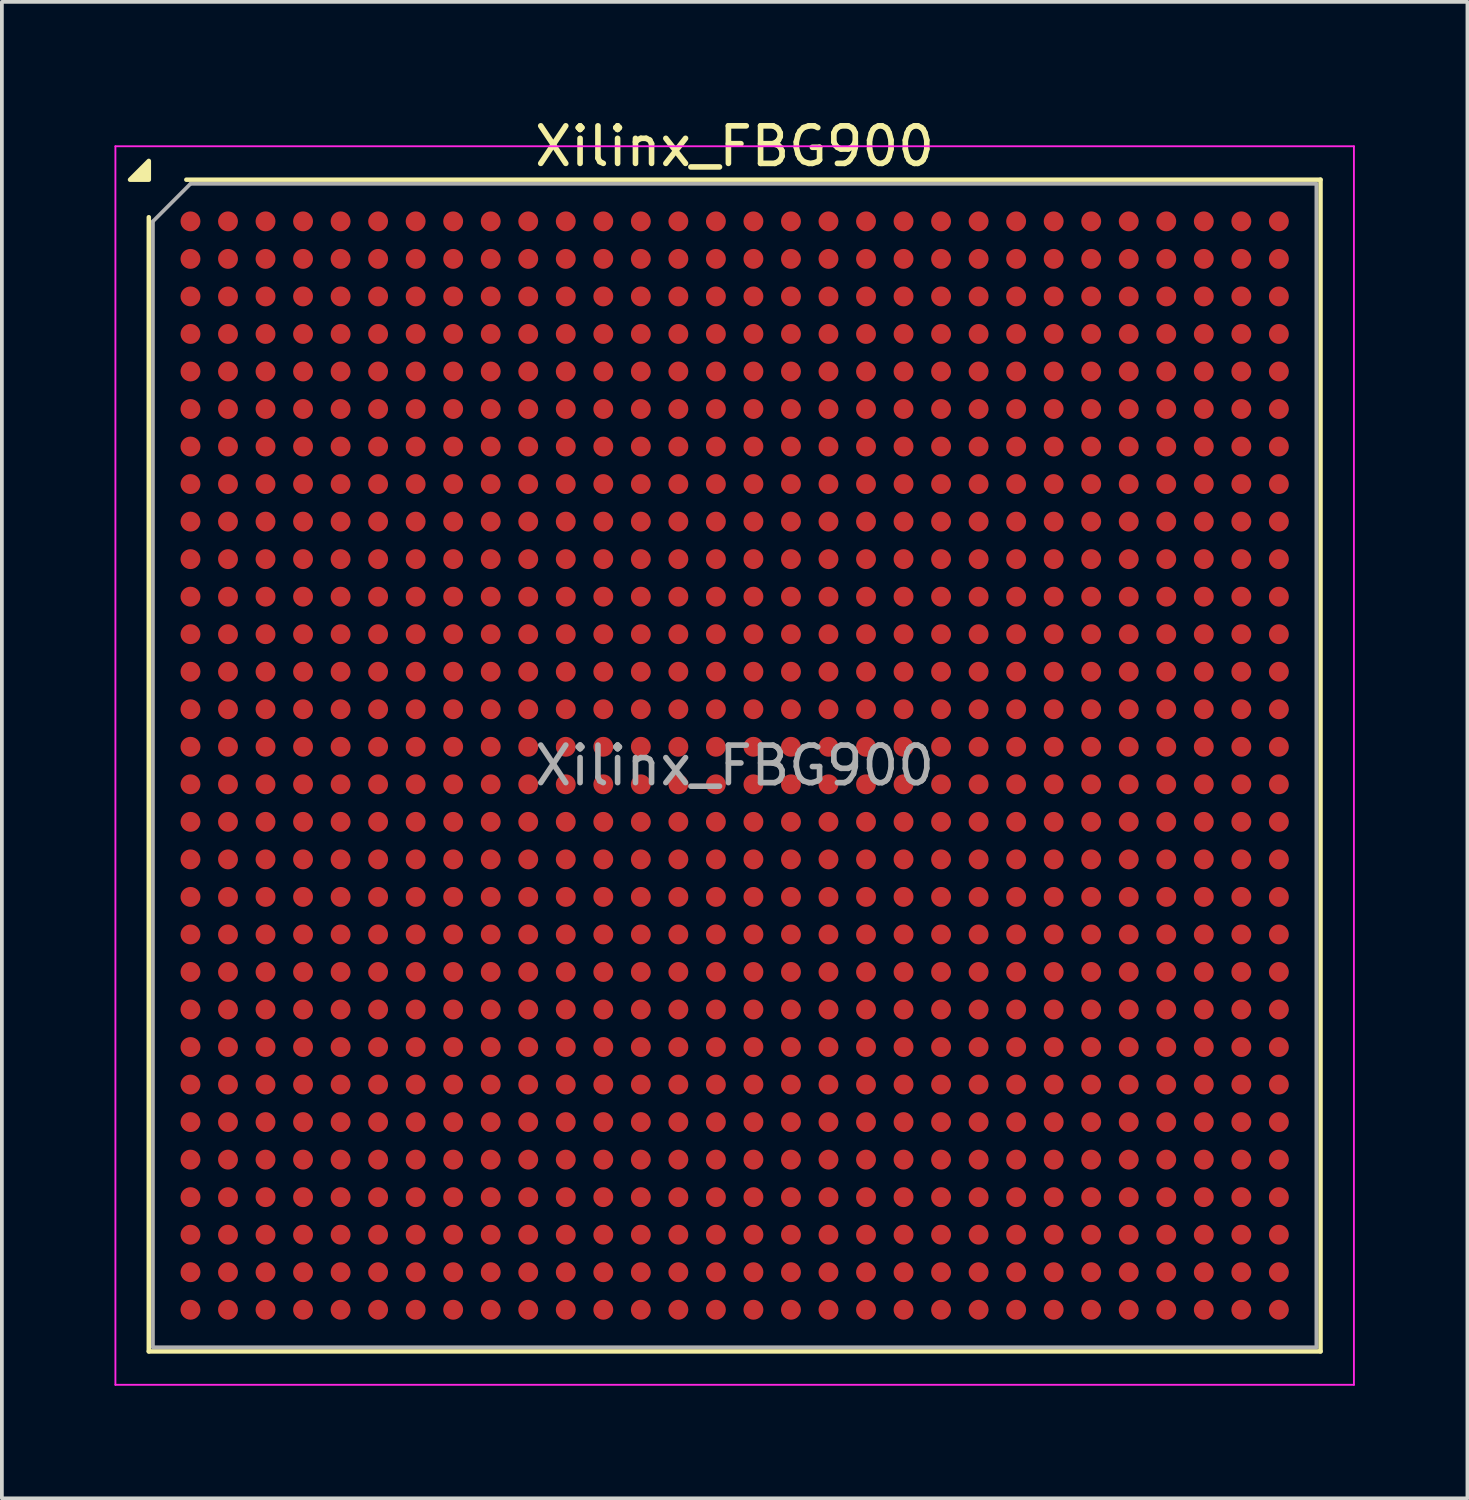
<source format=kicad_pcb>
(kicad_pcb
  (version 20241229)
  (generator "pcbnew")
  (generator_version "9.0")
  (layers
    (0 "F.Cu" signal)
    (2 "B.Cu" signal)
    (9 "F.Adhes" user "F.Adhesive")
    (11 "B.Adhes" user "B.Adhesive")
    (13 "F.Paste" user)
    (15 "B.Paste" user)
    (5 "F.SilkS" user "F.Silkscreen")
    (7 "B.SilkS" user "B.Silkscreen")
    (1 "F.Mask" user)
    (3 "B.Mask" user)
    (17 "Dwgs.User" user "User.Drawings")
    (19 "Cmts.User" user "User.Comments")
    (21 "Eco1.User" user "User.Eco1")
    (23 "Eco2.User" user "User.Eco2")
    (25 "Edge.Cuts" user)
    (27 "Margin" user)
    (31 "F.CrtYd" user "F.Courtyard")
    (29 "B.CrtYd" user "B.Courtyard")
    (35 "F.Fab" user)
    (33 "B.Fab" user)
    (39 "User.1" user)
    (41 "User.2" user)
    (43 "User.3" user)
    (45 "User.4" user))
  (footprint "Xilinx_FBG900"
    (layer "F.Cu")
    (at 16.525 17.348)
    (property "Reference" "Xilinx_FBG900" (at 0 -16.5 0) (layer "F.SilkS") (effects (font (size 1 1) (thickness 0.15))))
    (attr smd)
    (fp_line (start -15.61 15.61) (end -15.61 -14.61) (stroke (width 0.12) (type solid)) (layer "F.SilkS"))
    (fp_line (start -14.61 -15.61) (end 15.61 -15.61) (stroke (width 0.12) (type solid)) (layer "F.SilkS"))
    (fp_line (start 15.61 -15.61) (end 15.61 15.61) (stroke (width 0.12) (type solid)) (layer "F.SilkS"))
    (fp_line (start 15.61 15.61) (end -15.61 15.61) (stroke (width 0.12) (type solid)) (layer "F.SilkS"))
    (fp_poly (pts (xy -15.61 -15.61) (xy -16.11 -15.61) (xy -15.61 -16.11) (xy -15.61 -15.61)) (stroke (width 0.12) (type solid)) (fill yes) (layer "F.SilkS"))
    (fp_line (start -16.5 -16.5) (end -16.5 16.5) (stroke (width 0.05) (type solid)) (layer "F.CrtYd"))
    (fp_line (start -16.5 16.5) (end 16.5 16.5) (stroke (width 0.05) (type solid)) (layer "F.CrtYd"))
    (fp_line (start 16.5 -16.5) (end -16.5 -16.5) (stroke (width 0.05) (type solid)) (layer "F.CrtYd"))
    (fp_line (start 16.5 16.5) (end 16.5 -16.5) (stroke (width 0.05) (type solid)) (layer "F.CrtYd"))
    (fp_line (start -15.5 -14.5) (end -14.5 -15.5) (stroke (width 0.1) (type solid)) (layer "F.Fab"))
    (fp_line (start -15.5 15.5) (end -15.5 -14.5) (stroke (width 0.1) (type solid)) (layer "F.Fab"))
    (fp_line (start -14.5 -15.5) (end 15.5 -15.5) (stroke (width 0.1) (type solid)) (layer "F.Fab"))
    (fp_line (start 15.5 -15.5) (end 15.5 15.5) (stroke (width 0.1) (type solid)) (layer "F.Fab"))
    (fp_line (start 15.5 15.5) (end -15.5 15.5) (stroke (width 0.1) (type solid)) (layer "F.Fab"))
    (fp_text user "${REFERENCE}" (at 0 0 0) (layer "F.Fab") (effects (font (size 1 1) (thickness 0.15))))
    (pad "A1" smd circle (at -14.5 -14.5) (size 0.53 0.53) (property pad_prop_bga) (layers "F.Cu" "F.Mask" "F.Paste"))
    (pad "A2" smd circle (at -13.5 -14.5) (size 0.53 0.53) (property pad_prop_bga) (layers "F.Cu" "F.Mask" "F.Paste"))
    (pad "A3" smd circle (at -12.5 -14.5) (size 0.53 0.53) (property pad_prop_bga) (layers "F.Cu" "F.Mask" "F.Paste"))
    (pad "A4" smd circle (at -11.5 -14.5) (size 0.53 0.53) (property pad_prop_bga) (layers "F.Cu" "F.Mask" "F.Paste"))
    (pad "A5" smd circle (at -10.5 -14.5) (size 0.53 0.53) (property pad_prop_bga) (layers "F.Cu" "F.Mask" "F.Paste"))
    (pad "A6" smd circle (at -9.5 -14.5) (size 0.53 0.53) (property pad_prop_bga) (layers "F.Cu" "F.Mask" "F.Paste"))
    (pad "A7" smd circle (at -8.5 -14.5) (size 0.53 0.53) (property pad_prop_bga) (layers "F.Cu" "F.Mask" "F.Paste"))
    (pad "A8" smd circle (at -7.5 -14.5) (size 0.53 0.53) (property pad_prop_bga) (layers "F.Cu" "F.Mask" "F.Paste"))
    (pad "A9" smd circle (at -6.5 -14.5) (size 0.53 0.53) (property pad_prop_bga) (layers "F.Cu" "F.Mask" "F.Paste"))
    (pad "A10" smd circle (at -5.5 -14.5) (size 0.53 0.53) (property pad_prop_bga) (layers "F.Cu" "F.Mask" "F.Paste"))
    (pad "A11" smd circle (at -4.5 -14.5) (size 0.53 0.53) (property pad_prop_bga) (layers "F.Cu" "F.Mask" "F.Paste"))
    (pad "A12" smd circle (at -3.5 -14.5) (size 0.53 0.53) (property pad_prop_bga) (layers "F.Cu" "F.Mask" "F.Paste"))
    (pad "A13" smd circle (at -2.5 -14.5) (size 0.53 0.53) (property pad_prop_bga) (layers "F.Cu" "F.Mask" "F.Paste"))
    (pad "A14" smd circle (at -1.5 -14.5) (size 0.53 0.53) (property pad_prop_bga) (layers "F.Cu" "F.Mask" "F.Paste"))
    (pad "A15" smd circle (at -0.5 -14.5) (size 0.53 0.53) (property pad_prop_bga) (layers "F.Cu" "F.Mask" "F.Paste"))
    (pad "A16" smd circle (at 0.5 -14.5) (size 0.53 0.53) (property pad_prop_bga) (layers "F.Cu" "F.Mask" "F.Paste"))
    (pad "A17" smd circle (at 1.5 -14.5) (size 0.53 0.53) (property pad_prop_bga) (layers "F.Cu" "F.Mask" "F.Paste"))
    (pad "A18" smd circle (at 2.5 -14.5) (size 0.53 0.53) (property pad_prop_bga) (layers "F.Cu" "F.Mask" "F.Paste"))
    (pad "A19" smd circle (at 3.5 -14.5) (size 0.53 0.53) (property pad_prop_bga) (layers "F.Cu" "F.Mask" "F.Paste"))
    (pad "A20" smd circle (at 4.5 -14.5) (size 0.53 0.53) (property pad_prop_bga) (layers "F.Cu" "F.Mask" "F.Paste"))
    (pad "A21" smd circle (at 5.5 -14.5) (size 0.53 0.53) (property pad_prop_bga) (layers "F.Cu" "F.Mask" "F.Paste"))
    (pad "A22" smd circle (at 6.5 -14.5) (size 0.53 0.53) (property pad_prop_bga) (layers "F.Cu" "F.Mask" "F.Paste"))
    (pad "A23" smd circle (at 7.5 -14.5) (size 0.53 0.53) (property pad_prop_bga) (layers "F.Cu" "F.Mask" "F.Paste"))
    (pad "A24" smd circle (at 8.5 -14.5) (size 0.53 0.53) (property pad_prop_bga) (layers "F.Cu" "F.Mask" "F.Paste"))
    (pad "A25" smd circle (at 9.5 -14.5) (size 0.53 0.53) (property pad_prop_bga) (layers "F.Cu" "F.Mask" "F.Paste"))
    (pad "A26" smd circle (at 10.5 -14.5) (size 0.53 0.53) (property pad_prop_bga) (layers "F.Cu" "F.Mask" "F.Paste"))
    (pad "A27" smd circle (at 11.5 -14.5) (size 0.53 0.53) (property pad_prop_bga) (layers "F.Cu" "F.Mask" "F.Paste"))
    (pad "A28" smd circle (at 12.5 -14.5) (size 0.53 0.53) (property pad_prop_bga) (layers "F.Cu" "F.Mask" "F.Paste"))
    (pad "A29" smd circle (at 13.5 -14.5) (size 0.53 0.53) (property pad_prop_bga) (layers "F.Cu" "F.Mask" "F.Paste"))
    (pad "A30" smd circle (at 14.5 -14.5) (size 0.53 0.53) (property pad_prop_bga) (layers "F.Cu" "F.Mask" "F.Paste"))
    (pad "AA1" smd circle (at -14.5 5.5) (size 0.53 0.53) (property pad_prop_bga) (layers "F.Cu" "F.Mask" "F.Paste"))
    (pad "AA2" smd circle (at -13.5 5.5) (size 0.53 0.53) (property pad_prop_bga) (layers "F.Cu" "F.Mask" "F.Paste"))
    (pad "AA3" smd circle (at -12.5 5.5) (size 0.53 0.53) (property pad_prop_bga) (layers "F.Cu" "F.Mask" "F.Paste"))
    (pad "AA4" smd circle (at -11.5 5.5) (size 0.53 0.53) (property pad_prop_bga) (layers "F.Cu" "F.Mask" "F.Paste"))
    (pad "AA5" smd circle (at -10.5 5.5) (size 0.53 0.53) (property pad_prop_bga) (layers "F.Cu" "F.Mask" "F.Paste"))
    (pad "AA6" smd circle (at -9.5 5.5) (size 0.53 0.53) (property pad_prop_bga) (layers "F.Cu" "F.Mask" "F.Paste"))
    (pad "AA7" smd circle (at -8.5 5.5) (size 0.53 0.53) (property pad_prop_bga) (layers "F.Cu" "F.Mask" "F.Paste"))
    (pad "AA8" smd circle (at -7.5 5.5) (size 0.53 0.53) (property pad_prop_bga) (layers "F.Cu" "F.Mask" "F.Paste"))
    (pad "AA9" smd circle (at -6.5 5.5) (size 0.53 0.53) (property pad_prop_bga) (layers "F.Cu" "F.Mask" "F.Paste"))
    (pad "AA10" smd circle (at -5.5 5.5) (size 0.53 0.53) (property pad_prop_bga) (layers "F.Cu" "F.Mask" "F.Paste"))
    (pad "AA11" smd circle (at -4.5 5.5) (size 0.53 0.53) (property pad_prop_bga) (layers "F.Cu" "F.Mask" "F.Paste"))
    (pad "AA12" smd circle (at -3.5 5.5) (size 0.53 0.53) (property pad_prop_bga) (layers "F.Cu" "F.Mask" "F.Paste"))
    (pad "AA13" smd circle (at -2.5 5.5) (size 0.53 0.53) (property pad_prop_bga) (layers "F.Cu" "F.Mask" "F.Paste"))
    (pad "AA14" smd circle (at -1.5 5.5) (size 0.53 0.53) (property pad_prop_bga) (layers "F.Cu" "F.Mask" "F.Paste"))
    (pad "AA15" smd circle (at -0.5 5.5) (size 0.53 0.53) (property pad_prop_bga) (layers "F.Cu" "F.Mask" "F.Paste"))
    (pad "AA16" smd circle (at 0.5 5.5) (size 0.53 0.53) (property pad_prop_bga) (layers "F.Cu" "F.Mask" "F.Paste"))
    (pad "AA17" smd circle (at 1.5 5.5) (size 0.53 0.53) (property pad_prop_bga) (layers "F.Cu" "F.Mask" "F.Paste"))
    (pad "AA18" smd circle (at 2.5 5.5) (size 0.53 0.53) (property pad_prop_bga) (layers "F.Cu" "F.Mask" "F.Paste"))
    (pad "AA19" smd circle (at 3.5 5.5) (size 0.53 0.53) (property pad_prop_bga) (layers "F.Cu" "F.Mask" "F.Paste"))
    (pad "AA20" smd circle (at 4.5 5.5) (size 0.53 0.53) (property pad_prop_bga) (layers "F.Cu" "F.Mask" "F.Paste"))
    (pad "AA21" smd circle (at 5.5 5.5) (size 0.53 0.53) (property pad_prop_bga) (layers "F.Cu" "F.Mask" "F.Paste"))
    (pad "AA22" smd circle (at 6.5 5.5) (size 0.53 0.53) (property pad_prop_bga) (layers "F.Cu" "F.Mask" "F.Paste"))
    (pad "AA23" smd circle (at 7.5 5.5) (size 0.53 0.53) (property pad_prop_bga) (layers "F.Cu" "F.Mask" "F.Paste"))
    (pad "AA24" smd circle (at 8.5 5.5) (size 0.53 0.53) (property pad_prop_bga) (layers "F.Cu" "F.Mask" "F.Paste"))
    (pad "AA25" smd circle (at 9.5 5.5) (size 0.53 0.53) (property pad_prop_bga) (layers "F.Cu" "F.Mask" "F.Paste"))
    (pad "AA26" smd circle (at 10.5 5.5) (size 0.53 0.53) (property pad_prop_bga) (layers "F.Cu" "F.Mask" "F.Paste"))
    (pad "AA27" smd circle (at 11.5 5.5) (size 0.53 0.53) (property pad_prop_bga) (layers "F.Cu" "F.Mask" "F.Paste"))
    (pad "AA28" smd circle (at 12.5 5.5) (size 0.53 0.53) (property pad_prop_bga) (layers "F.Cu" "F.Mask" "F.Paste"))
    (pad "AA29" smd circle (at 13.5 5.5) (size 0.53 0.53) (property pad_prop_bga) (layers "F.Cu" "F.Mask" "F.Paste"))
    (pad "AA30" smd circle (at 14.5 5.5) (size 0.53 0.53) (property pad_prop_bga) (layers "F.Cu" "F.Mask" "F.Paste"))
    (pad "AB1" smd circle (at -14.5 6.5) (size 0.53 0.53) (property pad_prop_bga) (layers "F.Cu" "F.Mask" "F.Paste"))
    (pad "AB2" smd circle (at -13.5 6.5) (size 0.53 0.53) (property pad_prop_bga) (layers "F.Cu" "F.Mask" "F.Paste"))
    (pad "AB3" smd circle (at -12.5 6.5) (size 0.53 0.53) (property pad_prop_bga) (layers "F.Cu" "F.Mask" "F.Paste"))
    (pad "AB4" smd circle (at -11.5 6.5) (size 0.53 0.53) (property pad_prop_bga) (layers "F.Cu" "F.Mask" "F.Paste"))
    (pad "AB5" smd circle (at -10.5 6.5) (size 0.53 0.53) (property pad_prop_bga) (layers "F.Cu" "F.Mask" "F.Paste"))
    (pad "AB6" smd circle (at -9.5 6.5) (size 0.53 0.53) (property pad_prop_bga) (layers "F.Cu" "F.Mask" "F.Paste"))
    (pad "AB7" smd circle (at -8.5 6.5) (size 0.53 0.53) (property pad_prop_bga) (layers "F.Cu" "F.Mask" "F.Paste"))
    (pad "AB8" smd circle (at -7.5 6.5) (size 0.53 0.53) (property pad_prop_bga) (layers "F.Cu" "F.Mask" "F.Paste"))
    (pad "AB9" smd circle (at -6.5 6.5) (size 0.53 0.53) (property pad_prop_bga) (layers "F.Cu" "F.Mask" "F.Paste"))
    (pad "AB10" smd circle (at -5.5 6.5) (size 0.53 0.53) (property pad_prop_bga) (layers "F.Cu" "F.Mask" "F.Paste"))
    (pad "AB11" smd circle (at -4.5 6.5) (size 0.53 0.53) (property pad_prop_bga) (layers "F.Cu" "F.Mask" "F.Paste"))
    (pad "AB12" smd circle (at -3.5 6.5) (size 0.53 0.53) (property pad_prop_bga) (layers "F.Cu" "F.Mask" "F.Paste"))
    (pad "AB13" smd circle (at -2.5 6.5) (size 0.53 0.53) (property pad_prop_bga) (layers "F.Cu" "F.Mask" "F.Paste"))
    (pad "AB14" smd circle (at -1.5 6.5) (size 0.53 0.53) (property pad_prop_bga) (layers "F.Cu" "F.Mask" "F.Paste"))
    (pad "AB15" smd circle (at -0.5 6.5) (size 0.53 0.53) (property pad_prop_bga) (layers "F.Cu" "F.Mask" "F.Paste"))
    (pad "AB16" smd circle (at 0.5 6.5) (size 0.53 0.53) (property pad_prop_bga) (layers "F.Cu" "F.Mask" "F.Paste"))
    (pad "AB17" smd circle (at 1.5 6.5) (size 0.53 0.53) (property pad_prop_bga) (layers "F.Cu" "F.Mask" "F.Paste"))
    (pad "AB18" smd circle (at 2.5 6.5) (size 0.53 0.53) (property pad_prop_bga) (layers "F.Cu" "F.Mask" "F.Paste"))
    (pad "AB19" smd circle (at 3.5 6.5) (size 0.53 0.53) (property pad_prop_bga) (layers "F.Cu" "F.Mask" "F.Paste"))
    (pad "AB20" smd circle (at 4.5 6.5) (size 0.53 0.53) (property pad_prop_bga) (layers "F.Cu" "F.Mask" "F.Paste"))
    (pad "AB21" smd circle (at 5.5 6.5) (size 0.53 0.53) (property pad_prop_bga) (layers "F.Cu" "F.Mask" "F.Paste"))
    (pad "AB22" smd circle (at 6.5 6.5) (size 0.53 0.53) (property pad_prop_bga) (layers "F.Cu" "F.Mask" "F.Paste"))
    (pad "AB23" smd circle (at 7.5 6.5) (size 0.53 0.53) (property pad_prop_bga) (layers "F.Cu" "F.Mask" "F.Paste"))
    (pad "AB24" smd circle (at 8.5 6.5) (size 0.53 0.53) (property pad_prop_bga) (layers "F.Cu" "F.Mask" "F.Paste"))
    (pad "AB25" smd circle (at 9.5 6.5) (size 0.53 0.53) (property pad_prop_bga) (layers "F.Cu" "F.Mask" "F.Paste"))
    (pad "AB26" smd circle (at 10.5 6.5) (size 0.53 0.53) (property pad_prop_bga) (layers "F.Cu" "F.Mask" "F.Paste"))
    (pad "AB27" smd circle (at 11.5 6.5) (size 0.53 0.53) (property pad_prop_bga) (layers "F.Cu" "F.Mask" "F.Paste"))
    (pad "AB28" smd circle (at 12.5 6.5) (size 0.53 0.53) (property pad_prop_bga) (layers "F.Cu" "F.Mask" "F.Paste"))
    (pad "AB29" smd circle (at 13.5 6.5) (size 0.53 0.53) (property pad_prop_bga) (layers "F.Cu" "F.Mask" "F.Paste"))
    (pad "AB30" smd circle (at 14.5 6.5) (size 0.53 0.53) (property pad_prop_bga) (layers "F.Cu" "F.Mask" "F.Paste"))
    (pad "AC1" smd circle (at -14.5 7.5) (size 0.53 0.53) (property pad_prop_bga) (layers "F.Cu" "F.Mask" "F.Paste"))
    (pad "AC2" smd circle (at -13.5 7.5) (size 0.53 0.53) (property pad_prop_bga) (layers "F.Cu" "F.Mask" "F.Paste"))
    (pad "AC3" smd circle (at -12.5 7.5) (size 0.53 0.53) (property pad_prop_bga) (layers "F.Cu" "F.Mask" "F.Paste"))
    (pad "AC4" smd circle (at -11.5 7.5) (size 0.53 0.53) (property pad_prop_bga) (layers "F.Cu" "F.Mask" "F.Paste"))
    (pad "AC5" smd circle (at -10.5 7.5) (size 0.53 0.53) (property pad_prop_bga) (layers "F.Cu" "F.Mask" "F.Paste"))
    (pad "AC6" smd circle (at -9.5 7.5) (size 0.53 0.53) (property pad_prop_bga) (layers "F.Cu" "F.Mask" "F.Paste"))
    (pad "AC7" smd circle (at -8.5 7.5) (size 0.53 0.53) (property pad_prop_bga) (layers "F.Cu" "F.Mask" "F.Paste"))
    (pad "AC8" smd circle (at -7.5 7.5) (size 0.53 0.53) (property pad_prop_bga) (layers "F.Cu" "F.Mask" "F.Paste"))
    (pad "AC9" smd circle (at -6.5 7.5) (size 0.53 0.53) (property pad_prop_bga) (layers "F.Cu" "F.Mask" "F.Paste"))
    (pad "AC10" smd circle (at -5.5 7.5) (size 0.53 0.53) (property pad_prop_bga) (layers "F.Cu" "F.Mask" "F.Paste"))
    (pad "AC11" smd circle (at -4.5 7.5) (size 0.53 0.53) (property pad_prop_bga) (layers "F.Cu" "F.Mask" "F.Paste"))
    (pad "AC12" smd circle (at -3.5 7.5) (size 0.53 0.53) (property pad_prop_bga) (layers "F.Cu" "F.Mask" "F.Paste"))
    (pad "AC13" smd circle (at -2.5 7.5) (size 0.53 0.53) (property pad_prop_bga) (layers "F.Cu" "F.Mask" "F.Paste"))
    (pad "AC14" smd circle (at -1.5 7.5) (size 0.53 0.53) (property pad_prop_bga) (layers "F.Cu" "F.Mask" "F.Paste"))
    (pad "AC15" smd circle (at -0.5 7.5) (size 0.53 0.53) (property pad_prop_bga) (layers "F.Cu" "F.Mask" "F.Paste"))
    (pad "AC16" smd circle (at 0.5 7.5) (size 0.53 0.53) (property pad_prop_bga) (layers "F.Cu" "F.Mask" "F.Paste"))
    (pad "AC17" smd circle (at 1.5 7.5) (size 0.53 0.53) (property pad_prop_bga) (layers "F.Cu" "F.Mask" "F.Paste"))
    (pad "AC18" smd circle (at 2.5 7.5) (size 0.53 0.53) (property pad_prop_bga) (layers "F.Cu" "F.Mask" "F.Paste"))
    (pad "AC19" smd circle (at 3.5 7.5) (size 0.53 0.53) (property pad_prop_bga) (layers "F.Cu" "F.Mask" "F.Paste"))
    (pad "AC20" smd circle (at 4.5 7.5) (size 0.53 0.53) (property pad_prop_bga) (layers "F.Cu" "F.Mask" "F.Paste"))
    (pad "AC21" smd circle (at 5.5 7.5) (size 0.53 0.53) (property pad_prop_bga) (layers "F.Cu" "F.Mask" "F.Paste"))
    (pad "AC22" smd circle (at 6.5 7.5) (size 0.53 0.53) (property pad_prop_bga) (layers "F.Cu" "F.Mask" "F.Paste"))
    (pad "AC23" smd circle (at 7.5 7.5) (size 0.53 0.53) (property pad_prop_bga) (layers "F.Cu" "F.Mask" "F.Paste"))
    (pad "AC24" smd circle (at 8.5 7.5) (size 0.53 0.53) (property pad_prop_bga) (layers "F.Cu" "F.Mask" "F.Paste"))
    (pad "AC25" smd circle (at 9.5 7.5) (size 0.53 0.53) (property pad_prop_bga) (layers "F.Cu" "F.Mask" "F.Paste"))
    (pad "AC26" smd circle (at 10.5 7.5) (size 0.53 0.53) (property pad_prop_bga) (layers "F.Cu" "F.Mask" "F.Paste"))
    (pad "AC27" smd circle (at 11.5 7.5) (size 0.53 0.53) (property pad_prop_bga) (layers "F.Cu" "F.Mask" "F.Paste"))
    (pad "AC28" smd circle (at 12.5 7.5) (size 0.53 0.53) (property pad_prop_bga) (layers "F.Cu" "F.Mask" "F.Paste"))
    (pad "AC29" smd circle (at 13.5 7.5) (size 0.53 0.53) (property pad_prop_bga) (layers "F.Cu" "F.Mask" "F.Paste"))
    (pad "AC30" smd circle (at 14.5 7.5) (size 0.53 0.53) (property pad_prop_bga) (layers "F.Cu" "F.Mask" "F.Paste"))
    (pad "AD1" smd circle (at -14.5 8.5) (size 0.53 0.53) (property pad_prop_bga) (layers "F.Cu" "F.Mask" "F.Paste"))
    (pad "AD2" smd circle (at -13.5 8.5) (size 0.53 0.53) (property pad_prop_bga) (layers "F.Cu" "F.Mask" "F.Paste"))
    (pad "AD3" smd circle (at -12.5 8.5) (size 0.53 0.53) (property pad_prop_bga) (layers "F.Cu" "F.Mask" "F.Paste"))
    (pad "AD4" smd circle (at -11.5 8.5) (size 0.53 0.53) (property pad_prop_bga) (layers "F.Cu" "F.Mask" "F.Paste"))
    (pad "AD5" smd circle (at -10.5 8.5) (size 0.53 0.53) (property pad_prop_bga) (layers "F.Cu" "F.Mask" "F.Paste"))
    (pad "AD6" smd circle (at -9.5 8.5) (size 0.53 0.53) (property pad_prop_bga) (layers "F.Cu" "F.Mask" "F.Paste"))
    (pad "AD7" smd circle (at -8.5 8.5) (size 0.53 0.53) (property pad_prop_bga) (layers "F.Cu" "F.Mask" "F.Paste"))
    (pad "AD8" smd circle (at -7.5 8.5) (size 0.53 0.53) (property pad_prop_bga) (layers "F.Cu" "F.Mask" "F.Paste"))
    (pad "AD9" smd circle (at -6.5 8.5) (size 0.53 0.53) (property pad_prop_bga) (layers "F.Cu" "F.Mask" "F.Paste"))
    (pad "AD10" smd circle (at -5.5 8.5) (size 0.53 0.53) (property pad_prop_bga) (layers "F.Cu" "F.Mask" "F.Paste"))
    (pad "AD11" smd circle (at -4.5 8.5) (size 0.53 0.53) (property pad_prop_bga) (layers "F.Cu" "F.Mask" "F.Paste"))
    (pad "AD12" smd circle (at -3.5 8.5) (size 0.53 0.53) (property pad_prop_bga) (layers "F.Cu" "F.Mask" "F.Paste"))
    (pad "AD13" smd circle (at -2.5 8.5) (size 0.53 0.53) (property pad_prop_bga) (layers "F.Cu" "F.Mask" "F.Paste"))
    (pad "AD14" smd circle (at -1.5 8.5) (size 0.53 0.53) (property pad_prop_bga) (layers "F.Cu" "F.Mask" "F.Paste"))
    (pad "AD15" smd circle (at -0.5 8.5) (size 0.53 0.53) (property pad_prop_bga) (layers "F.Cu" "F.Mask" "F.Paste"))
    (pad "AD16" smd circle (at 0.5 8.5) (size 0.53 0.53) (property pad_prop_bga) (layers "F.Cu" "F.Mask" "F.Paste"))
    (pad "AD17" smd circle (at 1.5 8.5) (size 0.53 0.53) (property pad_prop_bga) (layers "F.Cu" "F.Mask" "F.Paste"))
    (pad "AD18" smd circle (at 2.5 8.5) (size 0.53 0.53) (property pad_prop_bga) (layers "F.Cu" "F.Mask" "F.Paste"))
    (pad "AD19" smd circle (at 3.5 8.5) (size 0.53 0.53) (property pad_prop_bga) (layers "F.Cu" "F.Mask" "F.Paste"))
    (pad "AD20" smd circle (at 4.5 8.5) (size 0.53 0.53) (property pad_prop_bga) (layers "F.Cu" "F.Mask" "F.Paste"))
    (pad "AD21" smd circle (at 5.5 8.5) (size 0.53 0.53) (property pad_prop_bga) (layers "F.Cu" "F.Mask" "F.Paste"))
    (pad "AD22" smd circle (at 6.5 8.5) (size 0.53 0.53) (property pad_prop_bga) (layers "F.Cu" "F.Mask" "F.Paste"))
    (pad "AD23" smd circle (at 7.5 8.5) (size 0.53 0.53) (property pad_prop_bga) (layers "F.Cu" "F.Mask" "F.Paste"))
    (pad "AD24" smd circle (at 8.5 8.5) (size 0.53 0.53) (property pad_prop_bga) (layers "F.Cu" "F.Mask" "F.Paste"))
    (pad "AD25" smd circle (at 9.5 8.5) (size 0.53 0.53) (property pad_prop_bga) (layers "F.Cu" "F.Mask" "F.Paste"))
    (pad "AD26" smd circle (at 10.5 8.5) (size 0.53 0.53) (property pad_prop_bga) (layers "F.Cu" "F.Mask" "F.Paste"))
    (pad "AD27" smd circle (at 11.5 8.5) (size 0.53 0.53) (property pad_prop_bga) (layers "F.Cu" "F.Mask" "F.Paste"))
    (pad "AD28" smd circle (at 12.5 8.5) (size 0.53 0.53) (property pad_prop_bga) (layers "F.Cu" "F.Mask" "F.Paste"))
    (pad "AD29" smd circle (at 13.5 8.5) (size 0.53 0.53) (property pad_prop_bga) (layers "F.Cu" "F.Mask" "F.Paste"))
    (pad "AD30" smd circle (at 14.5 8.5) (size 0.53 0.53) (property pad_prop_bga) (layers "F.Cu" "F.Mask" "F.Paste"))
    (pad "AE1" smd circle (at -14.5 9.5) (size 0.53 0.53) (property pad_prop_bga) (layers "F.Cu" "F.Mask" "F.Paste"))
    (pad "AE2" smd circle (at -13.5 9.5) (size 0.53 0.53) (property pad_prop_bga) (layers "F.Cu" "F.Mask" "F.Paste"))
    (pad "AE3" smd circle (at -12.5 9.5) (size 0.53 0.53) (property pad_prop_bga) (layers "F.Cu" "F.Mask" "F.Paste"))
    (pad "AE4" smd circle (at -11.5 9.5) (size 0.53 0.53) (property pad_prop_bga) (layers "F.Cu" "F.Mask" "F.Paste"))
    (pad "AE5" smd circle (at -10.5 9.5) (size 0.53 0.53) (property pad_prop_bga) (layers "F.Cu" "F.Mask" "F.Paste"))
    (pad "AE6" smd circle (at -9.5 9.5) (size 0.53 0.53) (property pad_prop_bga) (layers "F.Cu" "F.Mask" "F.Paste"))
    (pad "AE7" smd circle (at -8.5 9.5) (size 0.53 0.53) (property pad_prop_bga) (layers "F.Cu" "F.Mask" "F.Paste"))
    (pad "AE8" smd circle (at -7.5 9.5) (size 0.53 0.53) (property pad_prop_bga) (layers "F.Cu" "F.Mask" "F.Paste"))
    (pad "AE9" smd circle (at -6.5 9.5) (size 0.53 0.53) (property pad_prop_bga) (layers "F.Cu" "F.Mask" "F.Paste"))
    (pad "AE10" smd circle (at -5.5 9.5) (size 0.53 0.53) (property pad_prop_bga) (layers "F.Cu" "F.Mask" "F.Paste"))
    (pad "AE11" smd circle (at -4.5 9.5) (size 0.53 0.53) (property pad_prop_bga) (layers "F.Cu" "F.Mask" "F.Paste"))
    (pad "AE12" smd circle (at -3.5 9.5) (size 0.53 0.53) (property pad_prop_bga) (layers "F.Cu" "F.Mask" "F.Paste"))
    (pad "AE13" smd circle (at -2.5 9.5) (size 0.53 0.53) (property pad_prop_bga) (layers "F.Cu" "F.Mask" "F.Paste"))
    (pad "AE14" smd circle (at -1.5 9.5) (size 0.53 0.53) (property pad_prop_bga) (layers "F.Cu" "F.Mask" "F.Paste"))
    (pad "AE15" smd circle (at -0.5 9.5) (size 0.53 0.53) (property pad_prop_bga) (layers "F.Cu" "F.Mask" "F.Paste"))
    (pad "AE16" smd circle (at 0.5 9.5) (size 0.53 0.53) (property pad_prop_bga) (layers "F.Cu" "F.Mask" "F.Paste"))
    (pad "AE17" smd circle (at 1.5 9.5) (size 0.53 0.53) (property pad_prop_bga) (layers "F.Cu" "F.Mask" "F.Paste"))
    (pad "AE18" smd circle (at 2.5 9.5) (size 0.53 0.53) (property pad_prop_bga) (layers "F.Cu" "F.Mask" "F.Paste"))
    (pad "AE19" smd circle (at 3.5 9.5) (size 0.53 0.53) (property pad_prop_bga) (layers "F.Cu" "F.Mask" "F.Paste"))
    (pad "AE20" smd circle (at 4.5 9.5) (size 0.53 0.53) (property pad_prop_bga) (layers "F.Cu" "F.Mask" "F.Paste"))
    (pad "AE21" smd circle (at 5.5 9.5) (size 0.53 0.53) (property pad_prop_bga) (layers "F.Cu" "F.Mask" "F.Paste"))
    (pad "AE22" smd circle (at 6.5 9.5) (size 0.53 0.53) (property pad_prop_bga) (layers "F.Cu" "F.Mask" "F.Paste"))
    (pad "AE23" smd circle (at 7.5 9.5) (size 0.53 0.53) (property pad_prop_bga) (layers "F.Cu" "F.Mask" "F.Paste"))
    (pad "AE24" smd circle (at 8.5 9.5) (size 0.53 0.53) (property pad_prop_bga) (layers "F.Cu" "F.Mask" "F.Paste"))
    (pad "AE25" smd circle (at 9.5 9.5) (size 0.53 0.53) (property pad_prop_bga) (layers "F.Cu" "F.Mask" "F.Paste"))
    (pad "AE26" smd circle (at 10.5 9.5) (size 0.53 0.53) (property pad_prop_bga) (layers "F.Cu" "F.Mask" "F.Paste"))
    (pad "AE27" smd circle (at 11.5 9.5) (size 0.53 0.53) (property pad_prop_bga) (layers "F.Cu" "F.Mask" "F.Paste"))
    (pad "AE28" smd circle (at 12.5 9.5) (size 0.53 0.53) (property pad_prop_bga) (layers "F.Cu" "F.Mask" "F.Paste"))
    (pad "AE29" smd circle (at 13.5 9.5) (size 0.53 0.53) (property pad_prop_bga) (layers "F.Cu" "F.Mask" "F.Paste"))
    (pad "AE30" smd circle (at 14.5 9.5) (size 0.53 0.53) (property pad_prop_bga) (layers "F.Cu" "F.Mask" "F.Paste"))
    (pad "AF1" smd circle (at -14.5 10.5) (size 0.53 0.53) (property pad_prop_bga) (layers "F.Cu" "F.Mask" "F.Paste"))
    (pad "AF2" smd circle (at -13.5 10.5) (size 0.53 0.53) (property pad_prop_bga) (layers "F.Cu" "F.Mask" "F.Paste"))
    (pad "AF3" smd circle (at -12.5 10.5) (size 0.53 0.53) (property pad_prop_bga) (layers "F.Cu" "F.Mask" "F.Paste"))
    (pad "AF4" smd circle (at -11.5 10.5) (size 0.53 0.53) (property pad_prop_bga) (layers "F.Cu" "F.Mask" "F.Paste"))
    (pad "AF5" smd circle (at -10.5 10.5) (size 0.53 0.53) (property pad_prop_bga) (layers "F.Cu" "F.Mask" "F.Paste"))
    (pad "AF6" smd circle (at -9.5 10.5) (size 0.53 0.53) (property pad_prop_bga) (layers "F.Cu" "F.Mask" "F.Paste"))
    (pad "AF7" smd circle (at -8.5 10.5) (size 0.53 0.53) (property pad_prop_bga) (layers "F.Cu" "F.Mask" "F.Paste"))
    (pad "AF8" smd circle (at -7.5 10.5) (size 0.53 0.53) (property pad_prop_bga) (layers "F.Cu" "F.Mask" "F.Paste"))
    (pad "AF9" smd circle (at -6.5 10.5) (size 0.53 0.53) (property pad_prop_bga) (layers "F.Cu" "F.Mask" "F.Paste"))
    (pad "AF10" smd circle (at -5.5 10.5) (size 0.53 0.53) (property pad_prop_bga) (layers "F.Cu" "F.Mask" "F.Paste"))
    (pad "AF11" smd circle (at -4.5 10.5) (size 0.53 0.53) (property pad_prop_bga) (layers "F.Cu" "F.Mask" "F.Paste"))
    (pad "AF12" smd circle (at -3.5 10.5) (size 0.53 0.53) (property pad_prop_bga) (layers "F.Cu" "F.Mask" "F.Paste"))
    (pad "AF13" smd circle (at -2.5 10.5) (size 0.53 0.53) (property pad_prop_bga) (layers "F.Cu" "F.Mask" "F.Paste"))
    (pad "AF14" smd circle (at -1.5 10.5) (size 0.53 0.53) (property pad_prop_bga) (layers "F.Cu" "F.Mask" "F.Paste"))
    (pad "AF15" smd circle (at -0.5 10.5) (size 0.53 0.53) (property pad_prop_bga) (layers "F.Cu" "F.Mask" "F.Paste"))
    (pad "AF16" smd circle (at 0.5 10.5) (size 0.53 0.53) (property pad_prop_bga) (layers "F.Cu" "F.Mask" "F.Paste"))
    (pad "AF17" smd circle (at 1.5 10.5) (size 0.53 0.53) (property pad_prop_bga) (layers "F.Cu" "F.Mask" "F.Paste"))
    (pad "AF18" smd circle (at 2.5 10.5) (size 0.53 0.53) (property pad_prop_bga) (layers "F.Cu" "F.Mask" "F.Paste"))
    (pad "AF19" smd circle (at 3.5 10.5) (size 0.53 0.53) (property pad_prop_bga) (layers "F.Cu" "F.Mask" "F.Paste"))
    (pad "AF20" smd circle (at 4.5 10.5) (size 0.53 0.53) (property pad_prop_bga) (layers "F.Cu" "F.Mask" "F.Paste"))
    (pad "AF21" smd circle (at 5.5 10.5) (size 0.53 0.53) (property pad_prop_bga) (layers "F.Cu" "F.Mask" "F.Paste"))
    (pad "AF22" smd circle (at 6.5 10.5) (size 0.53 0.53) (property pad_prop_bga) (layers "F.Cu" "F.Mask" "F.Paste"))
    (pad "AF23" smd circle (at 7.5 10.5) (size 0.53 0.53) (property pad_prop_bga) (layers "F.Cu" "F.Mask" "F.Paste"))
    (pad "AF24" smd circle (at 8.5 10.5) (size 0.53 0.53) (property pad_prop_bga) (layers "F.Cu" "F.Mask" "F.Paste"))
    (pad "AF25" smd circle (at 9.5 10.5) (size 0.53 0.53) (property pad_prop_bga) (layers "F.Cu" "F.Mask" "F.Paste"))
    (pad "AF26" smd circle (at 10.5 10.5) (size 0.53 0.53) (property pad_prop_bga) (layers "F.Cu" "F.Mask" "F.Paste"))
    (pad "AF27" smd circle (at 11.5 10.5) (size 0.53 0.53) (property pad_prop_bga) (layers "F.Cu" "F.Mask" "F.Paste"))
    (pad "AF28" smd circle (at 12.5 10.5) (size 0.53 0.53) (property pad_prop_bga) (layers "F.Cu" "F.Mask" "F.Paste"))
    (pad "AF29" smd circle (at 13.5 10.5) (size 0.53 0.53) (property pad_prop_bga) (layers "F.Cu" "F.Mask" "F.Paste"))
    (pad "AF30" smd circle (at 14.5 10.5) (size 0.53 0.53) (property pad_prop_bga) (layers "F.Cu" "F.Mask" "F.Paste"))
    (pad "AG1" smd circle (at -14.5 11.5) (size 0.53 0.53) (property pad_prop_bga) (layers "F.Cu" "F.Mask" "F.Paste"))
    (pad "AG2" smd circle (at -13.5 11.5) (size 0.53 0.53) (property pad_prop_bga) (layers "F.Cu" "F.Mask" "F.Paste"))
    (pad "AG3" smd circle (at -12.5 11.5) (size 0.53 0.53) (property pad_prop_bga) (layers "F.Cu" "F.Mask" "F.Paste"))
    (pad "AG4" smd circle (at -11.5 11.5) (size 0.53 0.53) (property pad_prop_bga) (layers "F.Cu" "F.Mask" "F.Paste"))
    (pad "AG5" smd circle (at -10.5 11.5) (size 0.53 0.53) (property pad_prop_bga) (layers "F.Cu" "F.Mask" "F.Paste"))
    (pad "AG6" smd circle (at -9.5 11.5) (size 0.53 0.53) (property pad_prop_bga) (layers "F.Cu" "F.Mask" "F.Paste"))
    (pad "AG7" smd circle (at -8.5 11.5) (size 0.53 0.53) (property pad_prop_bga) (layers "F.Cu" "F.Mask" "F.Paste"))
    (pad "AG8" smd circle (at -7.5 11.5) (size 0.53 0.53) (property pad_prop_bga) (layers "F.Cu" "F.Mask" "F.Paste"))
    (pad "AG9" smd circle (at -6.5 11.5) (size 0.53 0.53) (property pad_prop_bga) (layers "F.Cu" "F.Mask" "F.Paste"))
    (pad "AG10" smd circle (at -5.5 11.5) (size 0.53 0.53) (property pad_prop_bga) (layers "F.Cu" "F.Mask" "F.Paste"))
    (pad "AG11" smd circle (at -4.5 11.5) (size 0.53 0.53) (property pad_prop_bga) (layers "F.Cu" "F.Mask" "F.Paste"))
    (pad "AG12" smd circle (at -3.5 11.5) (size 0.53 0.53) (property pad_prop_bga) (layers "F.Cu" "F.Mask" "F.Paste"))
    (pad "AG13" smd circle (at -2.5 11.5) (size 0.53 0.53) (property pad_prop_bga) (layers "F.Cu" "F.Mask" "F.Paste"))
    (pad "AG14" smd circle (at -1.5 11.5) (size 0.53 0.53) (property pad_prop_bga) (layers "F.Cu" "F.Mask" "F.Paste"))
    (pad "AG15" smd circle (at -0.5 11.5) (size 0.53 0.53) (property pad_prop_bga) (layers "F.Cu" "F.Mask" "F.Paste"))
    (pad "AG16" smd circle (at 0.5 11.5) (size 0.53 0.53) (property pad_prop_bga) (layers "F.Cu" "F.Mask" "F.Paste"))
    (pad "AG17" smd circle (at 1.5 11.5) (size 0.53 0.53) (property pad_prop_bga) (layers "F.Cu" "F.Mask" "F.Paste"))
    (pad "AG18" smd circle (at 2.5 11.5) (size 0.53 0.53) (property pad_prop_bga) (layers "F.Cu" "F.Mask" "F.Paste"))
    (pad "AG19" smd circle (at 3.5 11.5) (size 0.53 0.53) (property pad_prop_bga) (layers "F.Cu" "F.Mask" "F.Paste"))
    (pad "AG20" smd circle (at 4.5 11.5) (size 0.53 0.53) (property pad_prop_bga) (layers "F.Cu" "F.Mask" "F.Paste"))
    (pad "AG21" smd circle (at 5.5 11.5) (size 0.53 0.53) (property pad_prop_bga) (layers "F.Cu" "F.Mask" "F.Paste"))
    (pad "AG22" smd circle (at 6.5 11.5) (size 0.53 0.53) (property pad_prop_bga) (layers "F.Cu" "F.Mask" "F.Paste"))
    (pad "AG23" smd circle (at 7.5 11.5) (size 0.53 0.53) (property pad_prop_bga) (layers "F.Cu" "F.Mask" "F.Paste"))
    (pad "AG24" smd circle (at 8.5 11.5) (size 0.53 0.53) (property pad_prop_bga) (layers "F.Cu" "F.Mask" "F.Paste"))
    (pad "AG25" smd circle (at 9.5 11.5) (size 0.53 0.53) (property pad_prop_bga) (layers "F.Cu" "F.Mask" "F.Paste"))
    (pad "AG26" smd circle (at 10.5 11.5) (size 0.53 0.53) (property pad_prop_bga) (layers "F.Cu" "F.Mask" "F.Paste"))
    (pad "AG27" smd circle (at 11.5 11.5) (size 0.53 0.53) (property pad_prop_bga) (layers "F.Cu" "F.Mask" "F.Paste"))
    (pad "AG28" smd circle (at 12.5 11.5) (size 0.53 0.53) (property pad_prop_bga) (layers "F.Cu" "F.Mask" "F.Paste"))
    (pad "AG29" smd circle (at 13.5 11.5) (size 0.53 0.53) (property pad_prop_bga) (layers "F.Cu" "F.Mask" "F.Paste"))
    (pad "AG30" smd circle (at 14.5 11.5) (size 0.53 0.53) (property pad_prop_bga) (layers "F.Cu" "F.Mask" "F.Paste"))
    (pad "AH1" smd circle (at -14.5 12.5) (size 0.53 0.53) (property pad_prop_bga) (layers "F.Cu" "F.Mask" "F.Paste"))
    (pad "AH2" smd circle (at -13.5 12.5) (size 0.53 0.53) (property pad_prop_bga) (layers "F.Cu" "F.Mask" "F.Paste"))
    (pad "AH3" smd circle (at -12.5 12.5) (size 0.53 0.53) (property pad_prop_bga) (layers "F.Cu" "F.Mask" "F.Paste"))
    (pad "AH4" smd circle (at -11.5 12.5) (size 0.53 0.53) (property pad_prop_bga) (layers "F.Cu" "F.Mask" "F.Paste"))
    (pad "AH5" smd circle (at -10.5 12.5) (size 0.53 0.53) (property pad_prop_bga) (layers "F.Cu" "F.Mask" "F.Paste"))
    (pad "AH6" smd circle (at -9.5 12.5) (size 0.53 0.53) (property pad_prop_bga) (layers "F.Cu" "F.Mask" "F.Paste"))
    (pad "AH7" smd circle (at -8.5 12.5) (size 0.53 0.53) (property pad_prop_bga) (layers "F.Cu" "F.Mask" "F.Paste"))
    (pad "AH8" smd circle (at -7.5 12.5) (size 0.53 0.53) (property pad_prop_bga) (layers "F.Cu" "F.Mask" "F.Paste"))
    (pad "AH9" smd circle (at -6.5 12.5) (size 0.53 0.53) (property pad_prop_bga) (layers "F.Cu" "F.Mask" "F.Paste"))
    (pad "AH10" smd circle (at -5.5 12.5) (size 0.53 0.53) (property pad_prop_bga) (layers "F.Cu" "F.Mask" "F.Paste"))
    (pad "AH11" smd circle (at -4.5 12.5) (size 0.53 0.53) (property pad_prop_bga) (layers "F.Cu" "F.Mask" "F.Paste"))
    (pad "AH12" smd circle (at -3.5 12.5) (size 0.53 0.53) (property pad_prop_bga) (layers "F.Cu" "F.Mask" "F.Paste"))
    (pad "AH13" smd circle (at -2.5 12.5) (size 0.53 0.53) (property pad_prop_bga) (layers "F.Cu" "F.Mask" "F.Paste"))
    (pad "AH14" smd circle (at -1.5 12.5) (size 0.53 0.53) (property pad_prop_bga) (layers "F.Cu" "F.Mask" "F.Paste"))
    (pad "AH15" smd circle (at -0.5 12.5) (size 0.53 0.53) (property pad_prop_bga) (layers "F.Cu" "F.Mask" "F.Paste"))
    (pad "AH16" smd circle (at 0.5 12.5) (size 0.53 0.53) (property pad_prop_bga) (layers "F.Cu" "F.Mask" "F.Paste"))
    (pad "AH17" smd circle (at 1.5 12.5) (size 0.53 0.53) (property pad_prop_bga) (layers "F.Cu" "F.Mask" "F.Paste"))
    (pad "AH18" smd circle (at 2.5 12.5) (size 0.53 0.53) (property pad_prop_bga) (layers "F.Cu" "F.Mask" "F.Paste"))
    (pad "AH19" smd circle (at 3.5 12.5) (size 0.53 0.53) (property pad_prop_bga) (layers "F.Cu" "F.Mask" "F.Paste"))
    (pad "AH20" smd circle (at 4.5 12.5) (size 0.53 0.53) (property pad_prop_bga) (layers "F.Cu" "F.Mask" "F.Paste"))
    (pad "AH21" smd circle (at 5.5 12.5) (size 0.53 0.53) (property pad_prop_bga) (layers "F.Cu" "F.Mask" "F.Paste"))
    (pad "AH22" smd circle (at 6.5 12.5) (size 0.53 0.53) (property pad_prop_bga) (layers "F.Cu" "F.Mask" "F.Paste"))
    (pad "AH23" smd circle (at 7.5 12.5) (size 0.53 0.53) (property pad_prop_bga) (layers "F.Cu" "F.Mask" "F.Paste"))
    (pad "AH24" smd circle (at 8.5 12.5) (size 0.53 0.53) (property pad_prop_bga) (layers "F.Cu" "F.Mask" "F.Paste"))
    (pad "AH25" smd circle (at 9.5 12.5) (size 0.53 0.53) (property pad_prop_bga) (layers "F.Cu" "F.Mask" "F.Paste"))
    (pad "AH26" smd circle (at 10.5 12.5) (size 0.53 0.53) (property pad_prop_bga) (layers "F.Cu" "F.Mask" "F.Paste"))
    (pad "AH27" smd circle (at 11.5 12.5) (size 0.53 0.53) (property pad_prop_bga) (layers "F.Cu" "F.Mask" "F.Paste"))
    (pad "AH28" smd circle (at 12.5 12.5) (size 0.53 0.53) (property pad_prop_bga) (layers "F.Cu" "F.Mask" "F.Paste"))
    (pad "AH29" smd circle (at 13.5 12.5) (size 0.53 0.53) (property pad_prop_bga) (layers "F.Cu" "F.Mask" "F.Paste"))
    (pad "AH30" smd circle (at 14.5 12.5) (size 0.53 0.53) (property pad_prop_bga) (layers "F.Cu" "F.Mask" "F.Paste"))
    (pad "AJ1" smd circle (at -14.5 13.5) (size 0.53 0.53) (property pad_prop_bga) (layers "F.Cu" "F.Mask" "F.Paste"))
    (pad "AJ2" smd circle (at -13.5 13.5) (size 0.53 0.53) (property pad_prop_bga) (layers "F.Cu" "F.Mask" "F.Paste"))
    (pad "AJ3" smd circle (at -12.5 13.5) (size 0.53 0.53) (property pad_prop_bga) (layers "F.Cu" "F.Mask" "F.Paste"))
    (pad "AJ4" smd circle (at -11.5 13.5) (size 0.53 0.53) (property pad_prop_bga) (layers "F.Cu" "F.Mask" "F.Paste"))
    (pad "AJ5" smd circle (at -10.5 13.5) (size 0.53 0.53) (property pad_prop_bga) (layers "F.Cu" "F.Mask" "F.Paste"))
    (pad "AJ6" smd circle (at -9.5 13.5) (size 0.53 0.53) (property pad_prop_bga) (layers "F.Cu" "F.Mask" "F.Paste"))
    (pad "AJ7" smd circle (at -8.5 13.5) (size 0.53 0.53) (property pad_prop_bga) (layers "F.Cu" "F.Mask" "F.Paste"))
    (pad "AJ8" smd circle (at -7.5 13.5) (size 0.53 0.53) (property pad_prop_bga) (layers "F.Cu" "F.Mask" "F.Paste"))
    (pad "AJ9" smd circle (at -6.5 13.5) (size 0.53 0.53) (property pad_prop_bga) (layers "F.Cu" "F.Mask" "F.Paste"))
    (pad "AJ10" smd circle (at -5.5 13.5) (size 0.53 0.53) (property pad_prop_bga) (layers "F.Cu" "F.Mask" "F.Paste"))
    (pad "AJ11" smd circle (at -4.5 13.5) (size 0.53 0.53) (property pad_prop_bga) (layers "F.Cu" "F.Mask" "F.Paste"))
    (pad "AJ12" smd circle (at -3.5 13.5) (size 0.53 0.53) (property pad_prop_bga) (layers "F.Cu" "F.Mask" "F.Paste"))
    (pad "AJ13" smd circle (at -2.5 13.5) (size 0.53 0.53) (property pad_prop_bga) (layers "F.Cu" "F.Mask" "F.Paste"))
    (pad "AJ14" smd circle (at -1.5 13.5) (size 0.53 0.53) (property pad_prop_bga) (layers "F.Cu" "F.Mask" "F.Paste"))
    (pad "AJ15" smd circle (at -0.5 13.5) (size 0.53 0.53) (property pad_prop_bga) (layers "F.Cu" "F.Mask" "F.Paste"))
    (pad "AJ16" smd circle (at 0.5 13.5) (size 0.53 0.53) (property pad_prop_bga) (layers "F.Cu" "F.Mask" "F.Paste"))
    (pad "AJ17" smd circle (at 1.5 13.5) (size 0.53 0.53) (property pad_prop_bga) (layers "F.Cu" "F.Mask" "F.Paste"))
    (pad "AJ18" smd circle (at 2.5 13.5) (size 0.53 0.53) (property pad_prop_bga) (layers "F.Cu" "F.Mask" "F.Paste"))
    (pad "AJ19" smd circle (at 3.5 13.5) (size 0.53 0.53) (property pad_prop_bga) (layers "F.Cu" "F.Mask" "F.Paste"))
    (pad "AJ20" smd circle (at 4.5 13.5) (size 0.53 0.53) (property pad_prop_bga) (layers "F.Cu" "F.Mask" "F.Paste"))
    (pad "AJ21" smd circle (at 5.5 13.5) (size 0.53 0.53) (property pad_prop_bga) (layers "F.Cu" "F.Mask" "F.Paste"))
    (pad "AJ22" smd circle (at 6.5 13.5) (size 0.53 0.53) (property pad_prop_bga) (layers "F.Cu" "F.Mask" "F.Paste"))
    (pad "AJ23" smd circle (at 7.5 13.5) (size 0.53 0.53) (property pad_prop_bga) (layers "F.Cu" "F.Mask" "F.Paste"))
    (pad "AJ24" smd circle (at 8.5 13.5) (size 0.53 0.53) (property pad_prop_bga) (layers "F.Cu" "F.Mask" "F.Paste"))
    (pad "AJ25" smd circle (at 9.5 13.5) (size 0.53 0.53) (property pad_prop_bga) (layers "F.Cu" "F.Mask" "F.Paste"))
    (pad "AJ26" smd circle (at 10.5 13.5) (size 0.53 0.53) (property pad_prop_bga) (layers "F.Cu" "F.Mask" "F.Paste"))
    (pad "AJ27" smd circle (at 11.5 13.5) (size 0.53 0.53) (property pad_prop_bga) (layers "F.Cu" "F.Mask" "F.Paste"))
    (pad "AJ28" smd circle (at 12.5 13.5) (size 0.53 0.53) (property pad_prop_bga) (layers "F.Cu" "F.Mask" "F.Paste"))
    (pad "AJ29" smd circle (at 13.5 13.5) (size 0.53 0.53) (property pad_prop_bga) (layers "F.Cu" "F.Mask" "F.Paste"))
    (pad "AJ30" smd circle (at 14.5 13.5) (size 0.53 0.53) (property pad_prop_bga) (layers "F.Cu" "F.Mask" "F.Paste"))
    (pad "AK1" smd circle (at -14.5 14.5) (size 0.53 0.53) (property pad_prop_bga) (layers "F.Cu" "F.Mask" "F.Paste"))
    (pad "AK2" smd circle (at -13.5 14.5) (size 0.53 0.53) (property pad_prop_bga) (layers "F.Cu" "F.Mask" "F.Paste"))
    (pad "AK3" smd circle (at -12.5 14.5) (size 0.53 0.53) (property pad_prop_bga) (layers "F.Cu" "F.Mask" "F.Paste"))
    (pad "AK4" smd circle (at -11.5 14.5) (size 0.53 0.53) (property pad_prop_bga) (layers "F.Cu" "F.Mask" "F.Paste"))
    (pad "AK5" smd circle (at -10.5 14.5) (size 0.53 0.53) (property pad_prop_bga) (layers "F.Cu" "F.Mask" "F.Paste"))
    (pad "AK6" smd circle (at -9.5 14.5) (size 0.53 0.53) (property pad_prop_bga) (layers "F.Cu" "F.Mask" "F.Paste"))
    (pad "AK7" smd circle (at -8.5 14.5) (size 0.53 0.53) (property pad_prop_bga) (layers "F.Cu" "F.Mask" "F.Paste"))
    (pad "AK8" smd circle (at -7.5 14.5) (size 0.53 0.53) (property pad_prop_bga) (layers "F.Cu" "F.Mask" "F.Paste"))
    (pad "AK9" smd circle (at -6.5 14.5) (size 0.53 0.53) (property pad_prop_bga) (layers "F.Cu" "F.Mask" "F.Paste"))
    (pad "AK10" smd circle (at -5.5 14.5) (size 0.53 0.53) (property pad_prop_bga) (layers "F.Cu" "F.Mask" "F.Paste"))
    (pad "AK11" smd circle (at -4.5 14.5) (size 0.53 0.53) (property pad_prop_bga) (layers "F.Cu" "F.Mask" "F.Paste"))
    (pad "AK12" smd circle (at -3.5 14.5) (size 0.53 0.53) (property pad_prop_bga) (layers "F.Cu" "F.Mask" "F.Paste"))
    (pad "AK13" smd circle (at -2.5 14.5) (size 0.53 0.53) (property pad_prop_bga) (layers "F.Cu" "F.Mask" "F.Paste"))
    (pad "AK14" smd circle (at -1.5 14.5) (size 0.53 0.53) (property pad_prop_bga) (layers "F.Cu" "F.Mask" "F.Paste"))
    (pad "AK15" smd circle (at -0.5 14.5) (size 0.53 0.53) (property pad_prop_bga) (layers "F.Cu" "F.Mask" "F.Paste"))
    (pad "AK16" smd circle (at 0.5 14.5) (size 0.53 0.53) (property pad_prop_bga) (layers "F.Cu" "F.Mask" "F.Paste"))
    (pad "AK17" smd circle (at 1.5 14.5) (size 0.53 0.53) (property pad_prop_bga) (layers "F.Cu" "F.Mask" "F.Paste"))
    (pad "AK18" smd circle (at 2.5 14.5) (size 0.53 0.53) (property pad_prop_bga) (layers "F.Cu" "F.Mask" "F.Paste"))
    (pad "AK19" smd circle (at 3.5 14.5) (size 0.53 0.53) (property pad_prop_bga) (layers "F.Cu" "F.Mask" "F.Paste"))
    (pad "AK20" smd circle (at 4.5 14.5) (size 0.53 0.53) (property pad_prop_bga) (layers "F.Cu" "F.Mask" "F.Paste"))
    (pad "AK21" smd circle (at 5.5 14.5) (size 0.53 0.53) (property pad_prop_bga) (layers "F.Cu" "F.Mask" "F.Paste"))
    (pad "AK22" smd circle (at 6.5 14.5) (size 0.53 0.53) (property pad_prop_bga) (layers "F.Cu" "F.Mask" "F.Paste"))
    (pad "AK23" smd circle (at 7.5 14.5) (size 0.53 0.53) (property pad_prop_bga) (layers "F.Cu" "F.Mask" "F.Paste"))
    (pad "AK24" smd circle (at 8.5 14.5) (size 0.53 0.53) (property pad_prop_bga) (layers "F.Cu" "F.Mask" "F.Paste"))
    (pad "AK25" smd circle (at 9.5 14.5) (size 0.53 0.53) (property pad_prop_bga) (layers "F.Cu" "F.Mask" "F.Paste"))
    (pad "AK26" smd circle (at 10.5 14.5) (size 0.53 0.53) (property pad_prop_bga) (layers "F.Cu" "F.Mask" "F.Paste"))
    (pad "AK27" smd circle (at 11.5 14.5) (size 0.53 0.53) (property pad_prop_bga) (layers "F.Cu" "F.Mask" "F.Paste"))
    (pad "AK28" smd circle (at 12.5 14.5) (size 0.53 0.53) (property pad_prop_bga) (layers "F.Cu" "F.Mask" "F.Paste"))
    (pad "AK29" smd circle (at 13.5 14.5) (size 0.53 0.53) (property pad_prop_bga) (layers "F.Cu" "F.Mask" "F.Paste"))
    (pad "AK30" smd circle (at 14.5 14.5) (size 0.53 0.53) (property pad_prop_bga) (layers "F.Cu" "F.Mask" "F.Paste"))
    (pad "B1" smd circle (at -14.5 -13.5) (size 0.53 0.53) (property pad_prop_bga) (layers "F.Cu" "F.Mask" "F.Paste"))
    (pad "B2" smd circle (at -13.5 -13.5) (size 0.53 0.53) (property pad_prop_bga) (layers "F.Cu" "F.Mask" "F.Paste"))
    (pad "B3" smd circle (at -12.5 -13.5) (size 0.53 0.53) (property pad_prop_bga) (layers "F.Cu" "F.Mask" "F.Paste"))
    (pad "B4" smd circle (at -11.5 -13.5) (size 0.53 0.53) (property pad_prop_bga) (layers "F.Cu" "F.Mask" "F.Paste"))
    (pad "B5" smd circle (at -10.5 -13.5) (size 0.53 0.53) (property pad_prop_bga) (layers "F.Cu" "F.Mask" "F.Paste"))
    (pad "B6" smd circle (at -9.5 -13.5) (size 0.53 0.53) (property pad_prop_bga) (layers "F.Cu" "F.Mask" "F.Paste"))
    (pad "B7" smd circle (at -8.5 -13.5) (size 0.53 0.53) (property pad_prop_bga) (layers "F.Cu" "F.Mask" "F.Paste"))
    (pad "B8" smd circle (at -7.5 -13.5) (size 0.53 0.53) (property pad_prop_bga) (layers "F.Cu" "F.Mask" "F.Paste"))
    (pad "B9" smd circle (at -6.5 -13.5) (size 0.53 0.53) (property pad_prop_bga) (layers "F.Cu" "F.Mask" "F.Paste"))
    (pad "B10" smd circle (at -5.5 -13.5) (size 0.53 0.53) (property pad_prop_bga) (layers "F.Cu" "F.Mask" "F.Paste"))
    (pad "B11" smd circle (at -4.5 -13.5) (size 0.53 0.53) (property pad_prop_bga) (layers "F.Cu" "F.Mask" "F.Paste"))
    (pad "B12" smd circle (at -3.5 -13.5) (size 0.53 0.53) (property pad_prop_bga) (layers "F.Cu" "F.Mask" "F.Paste"))
    (pad "B13" smd circle (at -2.5 -13.5) (size 0.53 0.53) (property pad_prop_bga) (layers "F.Cu" "F.Mask" "F.Paste"))
    (pad "B14" smd circle (at -1.5 -13.5) (size 0.53 0.53) (property pad_prop_bga) (layers "F.Cu" "F.Mask" "F.Paste"))
    (pad "B15" smd circle (at -0.5 -13.5) (size 0.53 0.53) (property pad_prop_bga) (layers "F.Cu" "F.Mask" "F.Paste"))
    (pad "B16" smd circle (at 0.5 -13.5) (size 0.53 0.53) (property pad_prop_bga) (layers "F.Cu" "F.Mask" "F.Paste"))
    (pad "B17" smd circle (at 1.5 -13.5) (size 0.53 0.53) (property pad_prop_bga) (layers "F.Cu" "F.Mask" "F.Paste"))
    (pad "B18" smd circle (at 2.5 -13.5) (size 0.53 0.53) (property pad_prop_bga) (layers "F.Cu" "F.Mask" "F.Paste"))
    (pad "B19" smd circle (at 3.5 -13.5) (size 0.53 0.53) (property pad_prop_bga) (layers "F.Cu" "F.Mask" "F.Paste"))
    (pad "B20" smd circle (at 4.5 -13.5) (size 0.53 0.53) (property pad_prop_bga) (layers "F.Cu" "F.Mask" "F.Paste"))
    (pad "B21" smd circle (at 5.5 -13.5) (size 0.53 0.53) (property pad_prop_bga) (layers "F.Cu" "F.Mask" "F.Paste"))
    (pad "B22" smd circle (at 6.5 -13.5) (size 0.53 0.53) (property pad_prop_bga) (layers "F.Cu" "F.Mask" "F.Paste"))
    (pad "B23" smd circle (at 7.5 -13.5) (size 0.53 0.53) (property pad_prop_bga) (layers "F.Cu" "F.Mask" "F.Paste"))
    (pad "B24" smd circle (at 8.5 -13.5) (size 0.53 0.53) (property pad_prop_bga) (layers "F.Cu" "F.Mask" "F.Paste"))
    (pad "B25" smd circle (at 9.5 -13.5) (size 0.53 0.53) (property pad_prop_bga) (layers "F.Cu" "F.Mask" "F.Paste"))
    (pad "B26" smd circle (at 10.5 -13.5) (size 0.53 0.53) (property pad_prop_bga) (layers "F.Cu" "F.Mask" "F.Paste"))
    (pad "B27" smd circle (at 11.5 -13.5) (size 0.53 0.53) (property pad_prop_bga) (layers "F.Cu" "F.Mask" "F.Paste"))
    (pad "B28" smd circle (at 12.5 -13.5) (size 0.53 0.53) (property pad_prop_bga) (layers "F.Cu" "F.Mask" "F.Paste"))
    (pad "B29" smd circle (at 13.5 -13.5) (size 0.53 0.53) (property pad_prop_bga) (layers "F.Cu" "F.Mask" "F.Paste"))
    (pad "B30" smd circle (at 14.5 -13.5) (size 0.53 0.53) (property pad_prop_bga) (layers "F.Cu" "F.Mask" "F.Paste"))
    (pad "C1" smd circle (at -14.5 -12.5) (size 0.53 0.53) (property pad_prop_bga) (layers "F.Cu" "F.Mask" "F.Paste"))
    (pad "C2" smd circle (at -13.5 -12.5) (size 0.53 0.53) (property pad_prop_bga) (layers "F.Cu" "F.Mask" "F.Paste"))
    (pad "C3" smd circle (at -12.5 -12.5) (size 0.53 0.53) (property pad_prop_bga) (layers "F.Cu" "F.Mask" "F.Paste"))
    (pad "C4" smd circle (at -11.5 -12.5) (size 0.53 0.53) (property pad_prop_bga) (layers "F.Cu" "F.Mask" "F.Paste"))
    (pad "C5" smd circle (at -10.5 -12.5) (size 0.53 0.53) (property pad_prop_bga) (layers "F.Cu" "F.Mask" "F.Paste"))
    (pad "C6" smd circle (at -9.5 -12.5) (size 0.53 0.53) (property pad_prop_bga) (layers "F.Cu" "F.Mask" "F.Paste"))
    (pad "C7" smd circle (at -8.5 -12.5) (size 0.53 0.53) (property pad_prop_bga) (layers "F.Cu" "F.Mask" "F.Paste"))
    (pad "C8" smd circle (at -7.5 -12.5) (size 0.53 0.53) (property pad_prop_bga) (layers "F.Cu" "F.Mask" "F.Paste"))
    (pad "C9" smd circle (at -6.5 -12.5) (size 0.53 0.53) (property pad_prop_bga) (layers "F.Cu" "F.Mask" "F.Paste"))
    (pad "C10" smd circle (at -5.5 -12.5) (size 0.53 0.53) (property pad_prop_bga) (layers "F.Cu" "F.Mask" "F.Paste"))
    (pad "C11" smd circle (at -4.5 -12.5) (size 0.53 0.53) (property pad_prop_bga) (layers "F.Cu" "F.Mask" "F.Paste"))
    (pad "C12" smd circle (at -3.5 -12.5) (size 0.53 0.53) (property pad_prop_bga) (layers "F.Cu" "F.Mask" "F.Paste"))
    (pad "C13" smd circle (at -2.5 -12.5) (size 0.53 0.53) (property pad_prop_bga) (layers "F.Cu" "F.Mask" "F.Paste"))
    (pad "C14" smd circle (at -1.5 -12.5) (size 0.53 0.53) (property pad_prop_bga) (layers "F.Cu" "F.Mask" "F.Paste"))
    (pad "C15" smd circle (at -0.5 -12.5) (size 0.53 0.53) (property pad_prop_bga) (layers "F.Cu" "F.Mask" "F.Paste"))
    (pad "C16" smd circle (at 0.5 -12.5) (size 0.53 0.53) (property pad_prop_bga) (layers "F.Cu" "F.Mask" "F.Paste"))
    (pad "C17" smd circle (at 1.5 -12.5) (size 0.53 0.53) (property pad_prop_bga) (layers "F.Cu" "F.Mask" "F.Paste"))
    (pad "C18" smd circle (at 2.5 -12.5) (size 0.53 0.53) (property pad_prop_bga) (layers "F.Cu" "F.Mask" "F.Paste"))
    (pad "C19" smd circle (at 3.5 -12.5) (size 0.53 0.53) (property pad_prop_bga) (layers "F.Cu" "F.Mask" "F.Paste"))
    (pad "C20" smd circle (at 4.5 -12.5) (size 0.53 0.53) (property pad_prop_bga) (layers "F.Cu" "F.Mask" "F.Paste"))
    (pad "C21" smd circle (at 5.5 -12.5) (size 0.53 0.53) (property pad_prop_bga) (layers "F.Cu" "F.Mask" "F.Paste"))
    (pad "C22" smd circle (at 6.5 -12.5) (size 0.53 0.53) (property pad_prop_bga) (layers "F.Cu" "F.Mask" "F.Paste"))
    (pad "C23" smd circle (at 7.5 -12.5) (size 0.53 0.53) (property pad_prop_bga) (layers "F.Cu" "F.Mask" "F.Paste"))
    (pad "C24" smd circle (at 8.5 -12.5) (size 0.53 0.53) (property pad_prop_bga) (layers "F.Cu" "F.Mask" "F.Paste"))
    (pad "C25" smd circle (at 9.5 -12.5) (size 0.53 0.53) (property pad_prop_bga) (layers "F.Cu" "F.Mask" "F.Paste"))
    (pad "C26" smd circle (at 10.5 -12.5) (size 0.53 0.53) (property pad_prop_bga) (layers "F.Cu" "F.Mask" "F.Paste"))
    (pad "C27" smd circle (at 11.5 -12.5) (size 0.53 0.53) (property pad_prop_bga) (layers "F.Cu" "F.Mask" "F.Paste"))
    (pad "C28" smd circle (at 12.5 -12.5) (size 0.53 0.53) (property pad_prop_bga) (layers "F.Cu" "F.Mask" "F.Paste"))
    (pad "C29" smd circle (at 13.5 -12.5) (size 0.53 0.53) (property pad_prop_bga) (layers "F.Cu" "F.Mask" "F.Paste"))
    (pad "C30" smd circle (at 14.5 -12.5) (size 0.53 0.53) (property pad_prop_bga) (layers "F.Cu" "F.Mask" "F.Paste"))
    (pad "D1" smd circle (at -14.5 -11.5) (size 0.53 0.53) (property pad_prop_bga) (layers "F.Cu" "F.Mask" "F.Paste"))
    (pad "D2" smd circle (at -13.5 -11.5) (size 0.53 0.53) (property pad_prop_bga) (layers "F.Cu" "F.Mask" "F.Paste"))
    (pad "D3" smd circle (at -12.5 -11.5) (size 0.53 0.53) (property pad_prop_bga) (layers "F.Cu" "F.Mask" "F.Paste"))
    (pad "D4" smd circle (at -11.5 -11.5) (size 0.53 0.53) (property pad_prop_bga) (layers "F.Cu" "F.Mask" "F.Paste"))
    (pad "D5" smd circle (at -10.5 -11.5) (size 0.53 0.53) (property pad_prop_bga) (layers "F.Cu" "F.Mask" "F.Paste"))
    (pad "D6" smd circle (at -9.5 -11.5) (size 0.53 0.53) (property pad_prop_bga) (layers "F.Cu" "F.Mask" "F.Paste"))
    (pad "D7" smd circle (at -8.5 -11.5) (size 0.53 0.53) (property pad_prop_bga) (layers "F.Cu" "F.Mask" "F.Paste"))
    (pad "D8" smd circle (at -7.5 -11.5) (size 0.53 0.53) (property pad_prop_bga) (layers "F.Cu" "F.Mask" "F.Paste"))
    (pad "D9" smd circle (at -6.5 -11.5) (size 0.53 0.53) (property pad_prop_bga) (layers "F.Cu" "F.Mask" "F.Paste"))
    (pad "D10" smd circle (at -5.5 -11.5) (size 0.53 0.53) (property pad_prop_bga) (layers "F.Cu" "F.Mask" "F.Paste"))
    (pad "D11" smd circle (at -4.5 -11.5) (size 0.53 0.53) (property pad_prop_bga) (layers "F.Cu" "F.Mask" "F.Paste"))
    (pad "D12" smd circle (at -3.5 -11.5) (size 0.53 0.53) (property pad_prop_bga) (layers "F.Cu" "F.Mask" "F.Paste"))
    (pad "D13" smd circle (at -2.5 -11.5) (size 0.53 0.53) (property pad_prop_bga) (layers "F.Cu" "F.Mask" "F.Paste"))
    (pad "D14" smd circle (at -1.5 -11.5) (size 0.53 0.53) (property pad_prop_bga) (layers "F.Cu" "F.Mask" "F.Paste"))
    (pad "D15" smd circle (at -0.5 -11.5) (size 0.53 0.53) (property pad_prop_bga) (layers "F.Cu" "F.Mask" "F.Paste"))
    (pad "D16" smd circle (at 0.5 -11.5) (size 0.53 0.53) (property pad_prop_bga) (layers "F.Cu" "F.Mask" "F.Paste"))
    (pad "D17" smd circle (at 1.5 -11.5) (size 0.53 0.53) (property pad_prop_bga) (layers "F.Cu" "F.Mask" "F.Paste"))
    (pad "D18" smd circle (at 2.5 -11.5) (size 0.53 0.53) (property pad_prop_bga) (layers "F.Cu" "F.Mask" "F.Paste"))
    (pad "D19" smd circle (at 3.5 -11.5) (size 0.53 0.53) (property pad_prop_bga) (layers "F.Cu" "F.Mask" "F.Paste"))
    (pad "D20" smd circle (at 4.5 -11.5) (size 0.53 0.53) (property pad_prop_bga) (layers "F.Cu" "F.Mask" "F.Paste"))
    (pad "D21" smd circle (at 5.5 -11.5) (size 0.53 0.53) (property pad_prop_bga) (layers "F.Cu" "F.Mask" "F.Paste"))
    (pad "D22" smd circle (at 6.5 -11.5) (size 0.53 0.53) (property pad_prop_bga) (layers "F.Cu" "F.Mask" "F.Paste"))
    (pad "D23" smd circle (at 7.5 -11.5) (size 0.53 0.53) (property pad_prop_bga) (layers "F.Cu" "F.Mask" "F.Paste"))
    (pad "D24" smd circle (at 8.5 -11.5) (size 0.53 0.53) (property pad_prop_bga) (layers "F.Cu" "F.Mask" "F.Paste"))
    (pad "D25" smd circle (at 9.5 -11.5) (size 0.53 0.53) (property pad_prop_bga) (layers "F.Cu" "F.Mask" "F.Paste"))
    (pad "D26" smd circle (at 10.5 -11.5) (size 0.53 0.53) (property pad_prop_bga) (layers "F.Cu" "F.Mask" "F.Paste"))
    (pad "D27" smd circle (at 11.5 -11.5) (size 0.53 0.53) (property pad_prop_bga) (layers "F.Cu" "F.Mask" "F.Paste"))
    (pad "D28" smd circle (at 12.5 -11.5) (size 0.53 0.53) (property pad_prop_bga) (layers "F.Cu" "F.Mask" "F.Paste"))
    (pad "D29" smd circle (at 13.5 -11.5) (size 0.53 0.53) (property pad_prop_bga) (layers "F.Cu" "F.Mask" "F.Paste"))
    (pad "D30" smd circle (at 14.5 -11.5) (size 0.53 0.53) (property pad_prop_bga) (layers "F.Cu" "F.Mask" "F.Paste"))
    (pad "E1" smd circle (at -14.5 -10.5) (size 0.53 0.53) (property pad_prop_bga) (layers "F.Cu" "F.Mask" "F.Paste"))
    (pad "E2" smd circle (at -13.5 -10.5) (size 0.53 0.53) (property pad_prop_bga) (layers "F.Cu" "F.Mask" "F.Paste"))
    (pad "E3" smd circle (at -12.5 -10.5) (size 0.53 0.53) (property pad_prop_bga) (layers "F.Cu" "F.Mask" "F.Paste"))
    (pad "E4" smd circle (at -11.5 -10.5) (size 0.53 0.53) (property pad_prop_bga) (layers "F.Cu" "F.Mask" "F.Paste"))
    (pad "E5" smd circle (at -10.5 -10.5) (size 0.53 0.53) (property pad_prop_bga) (layers "F.Cu" "F.Mask" "F.Paste"))
    (pad "E6" smd circle (at -9.5 -10.5) (size 0.53 0.53) (property pad_prop_bga) (layers "F.Cu" "F.Mask" "F.Paste"))
    (pad "E7" smd circle (at -8.5 -10.5) (size 0.53 0.53) (property pad_prop_bga) (layers "F.Cu" "F.Mask" "F.Paste"))
    (pad "E8" smd circle (at -7.5 -10.5) (size 0.53 0.53) (property pad_prop_bga) (layers "F.Cu" "F.Mask" "F.Paste"))
    (pad "E9" smd circle (at -6.5 -10.5) (size 0.53 0.53) (property pad_prop_bga) (layers "F.Cu" "F.Mask" "F.Paste"))
    (pad "E10" smd circle (at -5.5 -10.5) (size 0.53 0.53) (property pad_prop_bga) (layers "F.Cu" "F.Mask" "F.Paste"))
    (pad "E11" smd circle (at -4.5 -10.5) (size 0.53 0.53) (property pad_prop_bga) (layers "F.Cu" "F.Mask" "F.Paste"))
    (pad "E12" smd circle (at -3.5 -10.5) (size 0.53 0.53) (property pad_prop_bga) (layers "F.Cu" "F.Mask" "F.Paste"))
    (pad "E13" smd circle (at -2.5 -10.5) (size 0.53 0.53) (property pad_prop_bga) (layers "F.Cu" "F.Mask" "F.Paste"))
    (pad "E14" smd circle (at -1.5 -10.5) (size 0.53 0.53) (property pad_prop_bga) (layers "F.Cu" "F.Mask" "F.Paste"))
    (pad "E15" smd circle (at -0.5 -10.5) (size 0.53 0.53) (property pad_prop_bga) (layers "F.Cu" "F.Mask" "F.Paste"))
    (pad "E16" smd circle (at 0.5 -10.5) (size 0.53 0.53) (property pad_prop_bga) (layers "F.Cu" "F.Mask" "F.Paste"))
    (pad "E17" smd circle (at 1.5 -10.5) (size 0.53 0.53) (property pad_prop_bga) (layers "F.Cu" "F.Mask" "F.Paste"))
    (pad "E18" smd circle (at 2.5 -10.5) (size 0.53 0.53) (property pad_prop_bga) (layers "F.Cu" "F.Mask" "F.Paste"))
    (pad "E19" smd circle (at 3.5 -10.5) (size 0.53 0.53) (property pad_prop_bga) (layers "F.Cu" "F.Mask" "F.Paste"))
    (pad "E20" smd circle (at 4.5 -10.5) (size 0.53 0.53) (property pad_prop_bga) (layers "F.Cu" "F.Mask" "F.Paste"))
    (pad "E21" smd circle (at 5.5 -10.5) (size 0.53 0.53) (property pad_prop_bga) (layers "F.Cu" "F.Mask" "F.Paste"))
    (pad "E22" smd circle (at 6.5 -10.5) (size 0.53 0.53) (property pad_prop_bga) (layers "F.Cu" "F.Mask" "F.Paste"))
    (pad "E23" smd circle (at 7.5 -10.5) (size 0.53 0.53) (property pad_prop_bga) (layers "F.Cu" "F.Mask" "F.Paste"))
    (pad "E24" smd circle (at 8.5 -10.5) (size 0.53 0.53) (property pad_prop_bga) (layers "F.Cu" "F.Mask" "F.Paste"))
    (pad "E25" smd circle (at 9.5 -10.5) (size 0.53 0.53) (property pad_prop_bga) (layers "F.Cu" "F.Mask" "F.Paste"))
    (pad "E26" smd circle (at 10.5 -10.5) (size 0.53 0.53) (property pad_prop_bga) (layers "F.Cu" "F.Mask" "F.Paste"))
    (pad "E27" smd circle (at 11.5 -10.5) (size 0.53 0.53) (property pad_prop_bga) (layers "F.Cu" "F.Mask" "F.Paste"))
    (pad "E28" smd circle (at 12.5 -10.5) (size 0.53 0.53) (property pad_prop_bga) (layers "F.Cu" "F.Mask" "F.Paste"))
    (pad "E29" smd circle (at 13.5 -10.5) (size 0.53 0.53) (property pad_prop_bga) (layers "F.Cu" "F.Mask" "F.Paste"))
    (pad "E30" smd circle (at 14.5 -10.5) (size 0.53 0.53) (property pad_prop_bga) (layers "F.Cu" "F.Mask" "F.Paste"))
    (pad "F1" smd circle (at -14.5 -9.5) (size 0.53 0.53) (property pad_prop_bga) (layers "F.Cu" "F.Mask" "F.Paste"))
    (pad "F2" smd circle (at -13.5 -9.5) (size 0.53 0.53) (property pad_prop_bga) (layers "F.Cu" "F.Mask" "F.Paste"))
    (pad "F3" smd circle (at -12.5 -9.5) (size 0.53 0.53) (property pad_prop_bga) (layers "F.Cu" "F.Mask" "F.Paste"))
    (pad "F4" smd circle (at -11.5 -9.5) (size 0.53 0.53) (property pad_prop_bga) (layers "F.Cu" "F.Mask" "F.Paste"))
    (pad "F5" smd circle (at -10.5 -9.5) (size 0.53 0.53) (property pad_prop_bga) (layers "F.Cu" "F.Mask" "F.Paste"))
    (pad "F6" smd circle (at -9.5 -9.5) (size 0.53 0.53) (property pad_prop_bga) (layers "F.Cu" "F.Mask" "F.Paste"))
    (pad "F7" smd circle (at -8.5 -9.5) (size 0.53 0.53) (property pad_prop_bga) (layers "F.Cu" "F.Mask" "F.Paste"))
    (pad "F8" smd circle (at -7.5 -9.5) (size 0.53 0.53) (property pad_prop_bga) (layers "F.Cu" "F.Mask" "F.Paste"))
    (pad "F9" smd circle (at -6.5 -9.5) (size 0.53 0.53) (property pad_prop_bga) (layers "F.Cu" "F.Mask" "F.Paste"))
    (pad "F10" smd circle (at -5.5 -9.5) (size 0.53 0.53) (property pad_prop_bga) (layers "F.Cu" "F.Mask" "F.Paste"))
    (pad "F11" smd circle (at -4.5 -9.5) (size 0.53 0.53) (property pad_prop_bga) (layers "F.Cu" "F.Mask" "F.Paste"))
    (pad "F12" smd circle (at -3.5 -9.5) (size 0.53 0.53) (property pad_prop_bga) (layers "F.Cu" "F.Mask" "F.Paste"))
    (pad "F13" smd circle (at -2.5 -9.5) (size 0.53 0.53) (property pad_prop_bga) (layers "F.Cu" "F.Mask" "F.Paste"))
    (pad "F14" smd circle (at -1.5 -9.5) (size 0.53 0.53) (property pad_prop_bga) (layers "F.Cu" "F.Mask" "F.Paste"))
    (pad "F15" smd circle (at -0.5 -9.5) (size 0.53 0.53) (property pad_prop_bga) (layers "F.Cu" "F.Mask" "F.Paste"))
    (pad "F16" smd circle (at 0.5 -9.5) (size 0.53 0.53) (property pad_prop_bga) (layers "F.Cu" "F.Mask" "F.Paste"))
    (pad "F17" smd circle (at 1.5 -9.5) (size 0.53 0.53) (property pad_prop_bga) (layers "F.Cu" "F.Mask" "F.Paste"))
    (pad "F18" smd circle (at 2.5 -9.5) (size 0.53 0.53) (property pad_prop_bga) (layers "F.Cu" "F.Mask" "F.Paste"))
    (pad "F19" smd circle (at 3.5 -9.5) (size 0.53 0.53) (property pad_prop_bga) (layers "F.Cu" "F.Mask" "F.Paste"))
    (pad "F20" smd circle (at 4.5 -9.5) (size 0.53 0.53) (property pad_prop_bga) (layers "F.Cu" "F.Mask" "F.Paste"))
    (pad "F21" smd circle (at 5.5 -9.5) (size 0.53 0.53) (property pad_prop_bga) (layers "F.Cu" "F.Mask" "F.Paste"))
    (pad "F22" smd circle (at 6.5 -9.5) (size 0.53 0.53) (property pad_prop_bga) (layers "F.Cu" "F.Mask" "F.Paste"))
    (pad "F23" smd circle (at 7.5 -9.5) (size 0.53 0.53) (property pad_prop_bga) (layers "F.Cu" "F.Mask" "F.Paste"))
    (pad "F24" smd circle (at 8.5 -9.5) (size 0.53 0.53) (property pad_prop_bga) (layers "F.Cu" "F.Mask" "F.Paste"))
    (pad "F25" smd circle (at 9.5 -9.5) (size 0.53 0.53) (property pad_prop_bga) (layers "F.Cu" "F.Mask" "F.Paste"))
    (pad "F26" smd circle (at 10.5 -9.5) (size 0.53 0.53) (property pad_prop_bga) (layers "F.Cu" "F.Mask" "F.Paste"))
    (pad "F27" smd circle (at 11.5 -9.5) (size 0.53 0.53) (property pad_prop_bga) (layers "F.Cu" "F.Mask" "F.Paste"))
    (pad "F28" smd circle (at 12.5 -9.5) (size 0.53 0.53) (property pad_prop_bga) (layers "F.Cu" "F.Mask" "F.Paste"))
    (pad "F29" smd circle (at 13.5 -9.5) (size 0.53 0.53) (property pad_prop_bga) (layers "F.Cu" "F.Mask" "F.Paste"))
    (pad "F30" smd circle (at 14.5 -9.5) (size 0.53 0.53) (property pad_prop_bga) (layers "F.Cu" "F.Mask" "F.Paste"))
    (pad "G1" smd circle (at -14.5 -8.5) (size 0.53 0.53) (property pad_prop_bga) (layers "F.Cu" "F.Mask" "F.Paste"))
    (pad "G2" smd circle (at -13.5 -8.5) (size 0.53 0.53) (property pad_prop_bga) (layers "F.Cu" "F.Mask" "F.Paste"))
    (pad "G3" smd circle (at -12.5 -8.5) (size 0.53 0.53) (property pad_prop_bga) (layers "F.Cu" "F.Mask" "F.Paste"))
    (pad "G4" smd circle (at -11.5 -8.5) (size 0.53 0.53) (property pad_prop_bga) (layers "F.Cu" "F.Mask" "F.Paste"))
    (pad "G5" smd circle (at -10.5 -8.5) (size 0.53 0.53) (property pad_prop_bga) (layers "F.Cu" "F.Mask" "F.Paste"))
    (pad "G6" smd circle (at -9.5 -8.5) (size 0.53 0.53) (property pad_prop_bga) (layers "F.Cu" "F.Mask" "F.Paste"))
    (pad "G7" smd circle (at -8.5 -8.5) (size 0.53 0.53) (property pad_prop_bga) (layers "F.Cu" "F.Mask" "F.Paste"))
    (pad "G8" smd circle (at -7.5 -8.5) (size 0.53 0.53) (property pad_prop_bga) (layers "F.Cu" "F.Mask" "F.Paste"))
    (pad "G9" smd circle (at -6.5 -8.5) (size 0.53 0.53) (property pad_prop_bga) (layers "F.Cu" "F.Mask" "F.Paste"))
    (pad "G10" smd circle (at -5.5 -8.5) (size 0.53 0.53) (property pad_prop_bga) (layers "F.Cu" "F.Mask" "F.Paste"))
    (pad "G11" smd circle (at -4.5 -8.5) (size 0.53 0.53) (property pad_prop_bga) (layers "F.Cu" "F.Mask" "F.Paste"))
    (pad "G12" smd circle (at -3.5 -8.5) (size 0.53 0.53) (property pad_prop_bga) (layers "F.Cu" "F.Mask" "F.Paste"))
    (pad "G13" smd circle (at -2.5 -8.5) (size 0.53 0.53) (property pad_prop_bga) (layers "F.Cu" "F.Mask" "F.Paste"))
    (pad "G14" smd circle (at -1.5 -8.5) (size 0.53 0.53) (property pad_prop_bga) (layers "F.Cu" "F.Mask" "F.Paste"))
    (pad "G15" smd circle (at -0.5 -8.5) (size 0.53 0.53) (property pad_prop_bga) (layers "F.Cu" "F.Mask" "F.Paste"))
    (pad "G16" smd circle (at 0.5 -8.5) (size 0.53 0.53) (property pad_prop_bga) (layers "F.Cu" "F.Mask" "F.Paste"))
    (pad "G17" smd circle (at 1.5 -8.5) (size 0.53 0.53) (property pad_prop_bga) (layers "F.Cu" "F.Mask" "F.Paste"))
    (pad "G18" smd circle (at 2.5 -8.5) (size 0.53 0.53) (property pad_prop_bga) (layers "F.Cu" "F.Mask" "F.Paste"))
    (pad "G19" smd circle (at 3.5 -8.5) (size 0.53 0.53) (property pad_prop_bga) (layers "F.Cu" "F.Mask" "F.Paste"))
    (pad "G20" smd circle (at 4.5 -8.5) (size 0.53 0.53) (property pad_prop_bga) (layers "F.Cu" "F.Mask" "F.Paste"))
    (pad "G21" smd circle (at 5.5 -8.5) (size 0.53 0.53) (property pad_prop_bga) (layers "F.Cu" "F.Mask" "F.Paste"))
    (pad "G22" smd circle (at 6.5 -8.5) (size 0.53 0.53) (property pad_prop_bga) (layers "F.Cu" "F.Mask" "F.Paste"))
    (pad "G23" smd circle (at 7.5 -8.5) (size 0.53 0.53) (property pad_prop_bga) (layers "F.Cu" "F.Mask" "F.Paste"))
    (pad "G24" smd circle (at 8.5 -8.5) (size 0.53 0.53) (property pad_prop_bga) (layers "F.Cu" "F.Mask" "F.Paste"))
    (pad "G25" smd circle (at 9.5 -8.5) (size 0.53 0.53) (property pad_prop_bga) (layers "F.Cu" "F.Mask" "F.Paste"))
    (pad "G26" smd circle (at 10.5 -8.5) (size 0.53 0.53) (property pad_prop_bga) (layers "F.Cu" "F.Mask" "F.Paste"))
    (pad "G27" smd circle (at 11.5 -8.5) (size 0.53 0.53) (property pad_prop_bga) (layers "F.Cu" "F.Mask" "F.Paste"))
    (pad "G28" smd circle (at 12.5 -8.5) (size 0.53 0.53) (property pad_prop_bga) (layers "F.Cu" "F.Mask" "F.Paste"))
    (pad "G29" smd circle (at 13.5 -8.5) (size 0.53 0.53) (property pad_prop_bga) (layers "F.Cu" "F.Mask" "F.Paste"))
    (pad "G30" smd circle (at 14.5 -8.5) (size 0.53 0.53) (property pad_prop_bga) (layers "F.Cu" "F.Mask" "F.Paste"))
    (pad "H1" smd circle (at -14.5 -7.5) (size 0.53 0.53) (property pad_prop_bga) (layers "F.Cu" "F.Mask" "F.Paste"))
    (pad "H2" smd circle (at -13.5 -7.5) (size 0.53 0.53) (property pad_prop_bga) (layers "F.Cu" "F.Mask" "F.Paste"))
    (pad "H3" smd circle (at -12.5 -7.5) (size 0.53 0.53) (property pad_prop_bga) (layers "F.Cu" "F.Mask" "F.Paste"))
    (pad "H4" smd circle (at -11.5 -7.5) (size 0.53 0.53) (property pad_prop_bga) (layers "F.Cu" "F.Mask" "F.Paste"))
    (pad "H5" smd circle (at -10.5 -7.5) (size 0.53 0.53) (property pad_prop_bga) (layers "F.Cu" "F.Mask" "F.Paste"))
    (pad "H6" smd circle (at -9.5 -7.5) (size 0.53 0.53) (property pad_prop_bga) (layers "F.Cu" "F.Mask" "F.Paste"))
    (pad "H7" smd circle (at -8.5 -7.5) (size 0.53 0.53) (property pad_prop_bga) (layers "F.Cu" "F.Mask" "F.Paste"))
    (pad "H8" smd circle (at -7.5 -7.5) (size 0.53 0.53) (property pad_prop_bga) (layers "F.Cu" "F.Mask" "F.Paste"))
    (pad "H9" smd circle (at -6.5 -7.5) (size 0.53 0.53) (property pad_prop_bga) (layers "F.Cu" "F.Mask" "F.Paste"))
    (pad "H10" smd circle (at -5.5 -7.5) (size 0.53 0.53) (property pad_prop_bga) (layers "F.Cu" "F.Mask" "F.Paste"))
    (pad "H11" smd circle (at -4.5 -7.5) (size 0.53 0.53) (property pad_prop_bga) (layers "F.Cu" "F.Mask" "F.Paste"))
    (pad "H12" smd circle (at -3.5 -7.5) (size 0.53 0.53) (property pad_prop_bga) (layers "F.Cu" "F.Mask" "F.Paste"))
    (pad "H13" smd circle (at -2.5 -7.5) (size 0.53 0.53) (property pad_prop_bga) (layers "F.Cu" "F.Mask" "F.Paste"))
    (pad "H14" smd circle (at -1.5 -7.5) (size 0.53 0.53) (property pad_prop_bga) (layers "F.Cu" "F.Mask" "F.Paste"))
    (pad "H15" smd circle (at -0.5 -7.5) (size 0.53 0.53) (property pad_prop_bga) (layers "F.Cu" "F.Mask" "F.Paste"))
    (pad "H16" smd circle (at 0.5 -7.5) (size 0.53 0.53) (property pad_prop_bga) (layers "F.Cu" "F.Mask" "F.Paste"))
    (pad "H17" smd circle (at 1.5 -7.5) (size 0.53 0.53) (property pad_prop_bga) (layers "F.Cu" "F.Mask" "F.Paste"))
    (pad "H18" smd circle (at 2.5 -7.5) (size 0.53 0.53) (property pad_prop_bga) (layers "F.Cu" "F.Mask" "F.Paste"))
    (pad "H19" smd circle (at 3.5 -7.5) (size 0.53 0.53) (property pad_prop_bga) (layers "F.Cu" "F.Mask" "F.Paste"))
    (pad "H20" smd circle (at 4.5 -7.5) (size 0.53 0.53) (property pad_prop_bga) (layers "F.Cu" "F.Mask" "F.Paste"))
    (pad "H21" smd circle (at 5.5 -7.5) (size 0.53 0.53) (property pad_prop_bga) (layers "F.Cu" "F.Mask" "F.Paste"))
    (pad "H22" smd circle (at 6.5 -7.5) (size 0.53 0.53) (property pad_prop_bga) (layers "F.Cu" "F.Mask" "F.Paste"))
    (pad "H23" smd circle (at 7.5 -7.5) (size 0.53 0.53) (property pad_prop_bga) (layers "F.Cu" "F.Mask" "F.Paste"))
    (pad "H24" smd circle (at 8.5 -7.5) (size 0.53 0.53) (property pad_prop_bga) (layers "F.Cu" "F.Mask" "F.Paste"))
    (pad "H25" smd circle (at 9.5 -7.5) (size 0.53 0.53) (property pad_prop_bga) (layers "F.Cu" "F.Mask" "F.Paste"))
    (pad "H26" smd circle (at 10.5 -7.5) (size 0.53 0.53) (property pad_prop_bga) (layers "F.Cu" "F.Mask" "F.Paste"))
    (pad "H27" smd circle (at 11.5 -7.5) (size 0.53 0.53) (property pad_prop_bga) (layers "F.Cu" "F.Mask" "F.Paste"))
    (pad "H28" smd circle (at 12.5 -7.5) (size 0.53 0.53) (property pad_prop_bga) (layers "F.Cu" "F.Mask" "F.Paste"))
    (pad "H29" smd circle (at 13.5 -7.5) (size 0.53 0.53) (property pad_prop_bga) (layers "F.Cu" "F.Mask" "F.Paste"))
    (pad "H30" smd circle (at 14.5 -7.5) (size 0.53 0.53) (property pad_prop_bga) (layers "F.Cu" "F.Mask" "F.Paste"))
    (pad "J1" smd circle (at -14.5 -6.5) (size 0.53 0.53) (property pad_prop_bga) (layers "F.Cu" "F.Mask" "F.Paste"))
    (pad "J2" smd circle (at -13.5 -6.5) (size 0.53 0.53) (property pad_prop_bga) (layers "F.Cu" "F.Mask" "F.Paste"))
    (pad "J3" smd circle (at -12.5 -6.5) (size 0.53 0.53) (property pad_prop_bga) (layers "F.Cu" "F.Mask" "F.Paste"))
    (pad "J4" smd circle (at -11.5 -6.5) (size 0.53 0.53) (property pad_prop_bga) (layers "F.Cu" "F.Mask" "F.Paste"))
    (pad "J5" smd circle (at -10.5 -6.5) (size 0.53 0.53) (property pad_prop_bga) (layers "F.Cu" "F.Mask" "F.Paste"))
    (pad "J6" smd circle (at -9.5 -6.5) (size 0.53 0.53) (property pad_prop_bga) (layers "F.Cu" "F.Mask" "F.Paste"))
    (pad "J7" smd circle (at -8.5 -6.5) (size 0.53 0.53) (property pad_prop_bga) (layers "F.Cu" "F.Mask" "F.Paste"))
    (pad "J8" smd circle (at -7.5 -6.5) (size 0.53 0.53) (property pad_prop_bga) (layers "F.Cu" "F.Mask" "F.Paste"))
    (pad "J9" smd circle (at -6.5 -6.5) (size 0.53 0.53) (property pad_prop_bga) (layers "F.Cu" "F.Mask" "F.Paste"))
    (pad "J10" smd circle (at -5.5 -6.5) (size 0.53 0.53) (property pad_prop_bga) (layers "F.Cu" "F.Mask" "F.Paste"))
    (pad "J11" smd circle (at -4.5 -6.5) (size 0.53 0.53) (property pad_prop_bga) (layers "F.Cu" "F.Mask" "F.Paste"))
    (pad "J12" smd circle (at -3.5 -6.5) (size 0.53 0.53) (property pad_prop_bga) (layers "F.Cu" "F.Mask" "F.Paste"))
    (pad "J13" smd circle (at -2.5 -6.5) (size 0.53 0.53) (property pad_prop_bga) (layers "F.Cu" "F.Mask" "F.Paste"))
    (pad "J14" smd circle (at -1.5 -6.5) (size 0.53 0.53) (property pad_prop_bga) (layers "F.Cu" "F.Mask" "F.Paste"))
    (pad "J15" smd circle (at -0.5 -6.5) (size 0.53 0.53) (property pad_prop_bga) (layers "F.Cu" "F.Mask" "F.Paste"))
    (pad "J16" smd circle (at 0.5 -6.5) (size 0.53 0.53) (property pad_prop_bga) (layers "F.Cu" "F.Mask" "F.Paste"))
    (pad "J17" smd circle (at 1.5 -6.5) (size 0.53 0.53) (property pad_prop_bga) (layers "F.Cu" "F.Mask" "F.Paste"))
    (pad "J18" smd circle (at 2.5 -6.5) (size 0.53 0.53) (property pad_prop_bga) (layers "F.Cu" "F.Mask" "F.Paste"))
    (pad "J19" smd circle (at 3.5 -6.5) (size 0.53 0.53) (property pad_prop_bga) (layers "F.Cu" "F.Mask" "F.Paste"))
    (pad "J20" smd circle (at 4.5 -6.5) (size 0.53 0.53) (property pad_prop_bga) (layers "F.Cu" "F.Mask" "F.Paste"))
    (pad "J21" smd circle (at 5.5 -6.5) (size 0.53 0.53) (property pad_prop_bga) (layers "F.Cu" "F.Mask" "F.Paste"))
    (pad "J22" smd circle (at 6.5 -6.5) (size 0.53 0.53) (property pad_prop_bga) (layers "F.Cu" "F.Mask" "F.Paste"))
    (pad "J23" smd circle (at 7.5 -6.5) (size 0.53 0.53) (property pad_prop_bga) (layers "F.Cu" "F.Mask" "F.Paste"))
    (pad "J24" smd circle (at 8.5 -6.5) (size 0.53 0.53) (property pad_prop_bga) (layers "F.Cu" "F.Mask" "F.Paste"))
    (pad "J25" smd circle (at 9.5 -6.5) (size 0.53 0.53) (property pad_prop_bga) (layers "F.Cu" "F.Mask" "F.Paste"))
    (pad "J26" smd circle (at 10.5 -6.5) (size 0.53 0.53) (property pad_prop_bga) (layers "F.Cu" "F.Mask" "F.Paste"))
    (pad "J27" smd circle (at 11.5 -6.5) (size 0.53 0.53) (property pad_prop_bga) (layers "F.Cu" "F.Mask" "F.Paste"))
    (pad "J28" smd circle (at 12.5 -6.5) (size 0.53 0.53) (property pad_prop_bga) (layers "F.Cu" "F.Mask" "F.Paste"))
    (pad "J29" smd circle (at 13.5 -6.5) (size 0.53 0.53) (property pad_prop_bga) (layers "F.Cu" "F.Mask" "F.Paste"))
    (pad "J30" smd circle (at 14.5 -6.5) (size 0.53 0.53) (property pad_prop_bga) (layers "F.Cu" "F.Mask" "F.Paste"))
    (pad "K1" smd circle (at -14.5 -5.5) (size 0.53 0.53) (property pad_prop_bga) (layers "F.Cu" "F.Mask" "F.Paste"))
    (pad "K2" smd circle (at -13.5 -5.5) (size 0.53 0.53) (property pad_prop_bga) (layers "F.Cu" "F.Mask" "F.Paste"))
    (pad "K3" smd circle (at -12.5 -5.5) (size 0.53 0.53) (property pad_prop_bga) (layers "F.Cu" "F.Mask" "F.Paste"))
    (pad "K4" smd circle (at -11.5 -5.5) (size 0.53 0.53) (property pad_prop_bga) (layers "F.Cu" "F.Mask" "F.Paste"))
    (pad "K5" smd circle (at -10.5 -5.5) (size 0.53 0.53) (property pad_prop_bga) (layers "F.Cu" "F.Mask" "F.Paste"))
    (pad "K6" smd circle (at -9.5 -5.5) (size 0.53 0.53) (property pad_prop_bga) (layers "F.Cu" "F.Mask" "F.Paste"))
    (pad "K7" smd circle (at -8.5 -5.5) (size 0.53 0.53) (property pad_prop_bga) (layers "F.Cu" "F.Mask" "F.Paste"))
    (pad "K8" smd circle (at -7.5 -5.5) (size 0.53 0.53) (property pad_prop_bga) (layers "F.Cu" "F.Mask" "F.Paste"))
    (pad "K9" smd circle (at -6.5 -5.5) (size 0.53 0.53) (property pad_prop_bga) (layers "F.Cu" "F.Mask" "F.Paste"))
    (pad "K10" smd circle (at -5.5 -5.5) (size 0.53 0.53) (property pad_prop_bga) (layers "F.Cu" "F.Mask" "F.Paste"))
    (pad "K11" smd circle (at -4.5 -5.5) (size 0.53 0.53) (property pad_prop_bga) (layers "F.Cu" "F.Mask" "F.Paste"))
    (pad "K12" smd circle (at -3.5 -5.5) (size 0.53 0.53) (property pad_prop_bga) (layers "F.Cu" "F.Mask" "F.Paste"))
    (pad "K13" smd circle (at -2.5 -5.5) (size 0.53 0.53) (property pad_prop_bga) (layers "F.Cu" "F.Mask" "F.Paste"))
    (pad "K14" smd circle (at -1.5 -5.5) (size 0.53 0.53) (property pad_prop_bga) (layers "F.Cu" "F.Mask" "F.Paste"))
    (pad "K15" smd circle (at -0.5 -5.5) (size 0.53 0.53) (property pad_prop_bga) (layers "F.Cu" "F.Mask" "F.Paste"))
    (pad "K16" smd circle (at 0.5 -5.5) (size 0.53 0.53) (property pad_prop_bga) (layers "F.Cu" "F.Mask" "F.Paste"))
    (pad "K17" smd circle (at 1.5 -5.5) (size 0.53 0.53) (property pad_prop_bga) (layers "F.Cu" "F.Mask" "F.Paste"))
    (pad "K18" smd circle (at 2.5 -5.5) (size 0.53 0.53) (property pad_prop_bga) (layers "F.Cu" "F.Mask" "F.Paste"))
    (pad "K19" smd circle (at 3.5 -5.5) (size 0.53 0.53) (property pad_prop_bga) (layers "F.Cu" "F.Mask" "F.Paste"))
    (pad "K20" smd circle (at 4.5 -5.5) (size 0.53 0.53) (property pad_prop_bga) (layers "F.Cu" "F.Mask" "F.Paste"))
    (pad "K21" smd circle (at 5.5 -5.5) (size 0.53 0.53) (property pad_prop_bga) (layers "F.Cu" "F.Mask" "F.Paste"))
    (pad "K22" smd circle (at 6.5 -5.5) (size 0.53 0.53) (property pad_prop_bga) (layers "F.Cu" "F.Mask" "F.Paste"))
    (pad "K23" smd circle (at 7.5 -5.5) (size 0.53 0.53) (property pad_prop_bga) (layers "F.Cu" "F.Mask" "F.Paste"))
    (pad "K24" smd circle (at 8.5 -5.5) (size 0.53 0.53) (property pad_prop_bga) (layers "F.Cu" "F.Mask" "F.Paste"))
    (pad "K25" smd circle (at 9.5 -5.5) (size 0.53 0.53) (property pad_prop_bga) (layers "F.Cu" "F.Mask" "F.Paste"))
    (pad "K26" smd circle (at 10.5 -5.5) (size 0.53 0.53) (property pad_prop_bga) (layers "F.Cu" "F.Mask" "F.Paste"))
    (pad "K27" smd circle (at 11.5 -5.5) (size 0.53 0.53) (property pad_prop_bga) (layers "F.Cu" "F.Mask" "F.Paste"))
    (pad "K28" smd circle (at 12.5 -5.5) (size 0.53 0.53) (property pad_prop_bga) (layers "F.Cu" "F.Mask" "F.Paste"))
    (pad "K29" smd circle (at 13.5 -5.5) (size 0.53 0.53) (property pad_prop_bga) (layers "F.Cu" "F.Mask" "F.Paste"))
    (pad "K30" smd circle (at 14.5 -5.5) (size 0.53 0.53) (property pad_prop_bga) (layers "F.Cu" "F.Mask" "F.Paste"))
    (pad "L1" smd circle (at -14.5 -4.5) (size 0.53 0.53) (property pad_prop_bga) (layers "F.Cu" "F.Mask" "F.Paste"))
    (pad "L2" smd circle (at -13.5 -4.5) (size 0.53 0.53) (property pad_prop_bga) (layers "F.Cu" "F.Mask" "F.Paste"))
    (pad "L3" smd circle (at -12.5 -4.5) (size 0.53 0.53) (property pad_prop_bga) (layers "F.Cu" "F.Mask" "F.Paste"))
    (pad "L4" smd circle (at -11.5 -4.5) (size 0.53 0.53) (property pad_prop_bga) (layers "F.Cu" "F.Mask" "F.Paste"))
    (pad "L5" smd circle (at -10.5 -4.5) (size 0.53 0.53) (property pad_prop_bga) (layers "F.Cu" "F.Mask" "F.Paste"))
    (pad "L6" smd circle (at -9.5 -4.5) (size 0.53 0.53) (property pad_prop_bga) (layers "F.Cu" "F.Mask" "F.Paste"))
    (pad "L7" smd circle (at -8.5 -4.5) (size 0.53 0.53) (property pad_prop_bga) (layers "F.Cu" "F.Mask" "F.Paste"))
    (pad "L8" smd circle (at -7.5 -4.5) (size 0.53 0.53) (property pad_prop_bga) (layers "F.Cu" "F.Mask" "F.Paste"))
    (pad "L9" smd circle (at -6.5 -4.5) (size 0.53 0.53) (property pad_prop_bga) (layers "F.Cu" "F.Mask" "F.Paste"))
    (pad "L10" smd circle (at -5.5 -4.5) (size 0.53 0.53) (property pad_prop_bga) (layers "F.Cu" "F.Mask" "F.Paste"))
    (pad "L11" smd circle (at -4.5 -4.5) (size 0.53 0.53) (property pad_prop_bga) (layers "F.Cu" "F.Mask" "F.Paste"))
    (pad "L12" smd circle (at -3.5 -4.5) (size 0.53 0.53) (property pad_prop_bga) (layers "F.Cu" "F.Mask" "F.Paste"))
    (pad "L13" smd circle (at -2.5 -4.5) (size 0.53 0.53) (property pad_prop_bga) (layers "F.Cu" "F.Mask" "F.Paste"))
    (pad "L14" smd circle (at -1.5 -4.5) (size 0.53 0.53) (property pad_prop_bga) (layers "F.Cu" "F.Mask" "F.Paste"))
    (pad "L15" smd circle (at -0.5 -4.5) (size 0.53 0.53) (property pad_prop_bga) (layers "F.Cu" "F.Mask" "F.Paste"))
    (pad "L16" smd circle (at 0.5 -4.5) (size 0.53 0.53) (property pad_prop_bga) (layers "F.Cu" "F.Mask" "F.Paste"))
    (pad "L17" smd circle (at 1.5 -4.5) (size 0.53 0.53) (property pad_prop_bga) (layers "F.Cu" "F.Mask" "F.Paste"))
    (pad "L18" smd circle (at 2.5 -4.5) (size 0.53 0.53) (property pad_prop_bga) (layers "F.Cu" "F.Mask" "F.Paste"))
    (pad "L19" smd circle (at 3.5 -4.5) (size 0.53 0.53) (property pad_prop_bga) (layers "F.Cu" "F.Mask" "F.Paste"))
    (pad "L20" smd circle (at 4.5 -4.5) (size 0.53 0.53) (property pad_prop_bga) (layers "F.Cu" "F.Mask" "F.Paste"))
    (pad "L21" smd circle (at 5.5 -4.5) (size 0.53 0.53) (property pad_prop_bga) (layers "F.Cu" "F.Mask" "F.Paste"))
    (pad "L22" smd circle (at 6.5 -4.5) (size 0.53 0.53) (property pad_prop_bga) (layers "F.Cu" "F.Mask" "F.Paste"))
    (pad "L23" smd circle (at 7.5 -4.5) (size 0.53 0.53) (property pad_prop_bga) (layers "F.Cu" "F.Mask" "F.Paste"))
    (pad "L24" smd circle (at 8.5 -4.5) (size 0.53 0.53) (property pad_prop_bga) (layers "F.Cu" "F.Mask" "F.Paste"))
    (pad "L25" smd circle (at 9.5 -4.5) (size 0.53 0.53) (property pad_prop_bga) (layers "F.Cu" "F.Mask" "F.Paste"))
    (pad "L26" smd circle (at 10.5 -4.5) (size 0.53 0.53) (property pad_prop_bga) (layers "F.Cu" "F.Mask" "F.Paste"))
    (pad "L27" smd circle (at 11.5 -4.5) (size 0.53 0.53) (property pad_prop_bga) (layers "F.Cu" "F.Mask" "F.Paste"))
    (pad "L28" smd circle (at 12.5 -4.5) (size 0.53 0.53) (property pad_prop_bga) (layers "F.Cu" "F.Mask" "F.Paste"))
    (pad "L29" smd circle (at 13.5 -4.5) (size 0.53 0.53) (property pad_prop_bga) (layers "F.Cu" "F.Mask" "F.Paste"))
    (pad "L30" smd circle (at 14.5 -4.5) (size 0.53 0.53) (property pad_prop_bga) (layers "F.Cu" "F.Mask" "F.Paste"))
    (pad "M1" smd circle (at -14.5 -3.5) (size 0.53 0.53) (property pad_prop_bga) (layers "F.Cu" "F.Mask" "F.Paste"))
    (pad "M2" smd circle (at -13.5 -3.5) (size 0.53 0.53) (property pad_prop_bga) (layers "F.Cu" "F.Mask" "F.Paste"))
    (pad "M3" smd circle (at -12.5 -3.5) (size 0.53 0.53) (property pad_prop_bga) (layers "F.Cu" "F.Mask" "F.Paste"))
    (pad "M4" smd circle (at -11.5 -3.5) (size 0.53 0.53) (property pad_prop_bga) (layers "F.Cu" "F.Mask" "F.Paste"))
    (pad "M5" smd circle (at -10.5 -3.5) (size 0.53 0.53) (property pad_prop_bga) (layers "F.Cu" "F.Mask" "F.Paste"))
    (pad "M6" smd circle (at -9.5 -3.5) (size 0.53 0.53) (property pad_prop_bga) (layers "F.Cu" "F.Mask" "F.Paste"))
    (pad "M7" smd circle (at -8.5 -3.5) (size 0.53 0.53) (property pad_prop_bga) (layers "F.Cu" "F.Mask" "F.Paste"))
    (pad "M8" smd circle (at -7.5 -3.5) (size 0.53 0.53) (property pad_prop_bga) (layers "F.Cu" "F.Mask" "F.Paste"))
    (pad "M9" smd circle (at -6.5 -3.5) (size 0.53 0.53) (property pad_prop_bga) (layers "F.Cu" "F.Mask" "F.Paste"))
    (pad "M10" smd circle (at -5.5 -3.5) (size 0.53 0.53) (property pad_prop_bga) (layers "F.Cu" "F.Mask" "F.Paste"))
    (pad "M11" smd circle (at -4.5 -3.5) (size 0.53 0.53) (property pad_prop_bga) (layers "F.Cu" "F.Mask" "F.Paste"))
    (pad "M12" smd circle (at -3.5 -3.5) (size 0.53 0.53) (property pad_prop_bga) (layers "F.Cu" "F.Mask" "F.Paste"))
    (pad "M13" smd circle (at -2.5 -3.5) (size 0.53 0.53) (property pad_prop_bga) (layers "F.Cu" "F.Mask" "F.Paste"))
    (pad "M14" smd circle (at -1.5 -3.5) (size 0.53 0.53) (property pad_prop_bga) (layers "F.Cu" "F.Mask" "F.Paste"))
    (pad "M15" smd circle (at -0.5 -3.5) (size 0.53 0.53) (property pad_prop_bga) (layers "F.Cu" "F.Mask" "F.Paste"))
    (pad "M16" smd circle (at 0.5 -3.5) (size 0.53 0.53) (property pad_prop_bga) (layers "F.Cu" "F.Mask" "F.Paste"))
    (pad "M17" smd circle (at 1.5 -3.5) (size 0.53 0.53) (property pad_prop_bga) (layers "F.Cu" "F.Mask" "F.Paste"))
    (pad "M18" smd circle (at 2.5 -3.5) (size 0.53 0.53) (property pad_prop_bga) (layers "F.Cu" "F.Mask" "F.Paste"))
    (pad "M19" smd circle (at 3.5 -3.5) (size 0.53 0.53) (property pad_prop_bga) (layers "F.Cu" "F.Mask" "F.Paste"))
    (pad "M20" smd circle (at 4.5 -3.5) (size 0.53 0.53) (property pad_prop_bga) (layers "F.Cu" "F.Mask" "F.Paste"))
    (pad "M21" smd circle (at 5.5 -3.5) (size 0.53 0.53) (property pad_prop_bga) (layers "F.Cu" "F.Mask" "F.Paste"))
    (pad "M22" smd circle (at 6.5 -3.5) (size 0.53 0.53) (property pad_prop_bga) (layers "F.Cu" "F.Mask" "F.Paste"))
    (pad "M23" smd circle (at 7.5 -3.5) (size 0.53 0.53) (property pad_prop_bga) (layers "F.Cu" "F.Mask" "F.Paste"))
    (pad "M24" smd circle (at 8.5 -3.5) (size 0.53 0.53) (property pad_prop_bga) (layers "F.Cu" "F.Mask" "F.Paste"))
    (pad "M25" smd circle (at 9.5 -3.5) (size 0.53 0.53) (property pad_prop_bga) (layers "F.Cu" "F.Mask" "F.Paste"))
    (pad "M26" smd circle (at 10.5 -3.5) (size 0.53 0.53) (property pad_prop_bga) (layers "F.Cu" "F.Mask" "F.Paste"))
    (pad "M27" smd circle (at 11.5 -3.5) (size 0.53 0.53) (property pad_prop_bga) (layers "F.Cu" "F.Mask" "F.Paste"))
    (pad "M28" smd circle (at 12.5 -3.5) (size 0.53 0.53) (property pad_prop_bga) (layers "F.Cu" "F.Mask" "F.Paste"))
    (pad "M29" smd circle (at 13.5 -3.5) (size 0.53 0.53) (property pad_prop_bga) (layers "F.Cu" "F.Mask" "F.Paste"))
    (pad "M30" smd circle (at 14.5 -3.5) (size 0.53 0.53) (property pad_prop_bga) (layers "F.Cu" "F.Mask" "F.Paste"))
    (pad "N1" smd circle (at -14.5 -2.5) (size 0.53 0.53) (property pad_prop_bga) (layers "F.Cu" "F.Mask" "F.Paste"))
    (pad "N2" smd circle (at -13.5 -2.5) (size 0.53 0.53) (property pad_prop_bga) (layers "F.Cu" "F.Mask" "F.Paste"))
    (pad "N3" smd circle (at -12.5 -2.5) (size 0.53 0.53) (property pad_prop_bga) (layers "F.Cu" "F.Mask" "F.Paste"))
    (pad "N4" smd circle (at -11.5 -2.5) (size 0.53 0.53) (property pad_prop_bga) (layers "F.Cu" "F.Mask" "F.Paste"))
    (pad "N5" smd circle (at -10.5 -2.5) (size 0.53 0.53) (property pad_prop_bga) (layers "F.Cu" "F.Mask" "F.Paste"))
    (pad "N6" smd circle (at -9.5 -2.5) (size 0.53 0.53) (property pad_prop_bga) (layers "F.Cu" "F.Mask" "F.Paste"))
    (pad "N7" smd circle (at -8.5 -2.5) (size 0.53 0.53) (property pad_prop_bga) (layers "F.Cu" "F.Mask" "F.Paste"))
    (pad "N8" smd circle (at -7.5 -2.5) (size 0.53 0.53) (property pad_prop_bga) (layers "F.Cu" "F.Mask" "F.Paste"))
    (pad "N9" smd circle (at -6.5 -2.5) (size 0.53 0.53) (property pad_prop_bga) (layers "F.Cu" "F.Mask" "F.Paste"))
    (pad "N10" smd circle (at -5.5 -2.5) (size 0.53 0.53) (property pad_prop_bga) (layers "F.Cu" "F.Mask" "F.Paste"))
    (pad "N11" smd circle (at -4.5 -2.5) (size 0.53 0.53) (property pad_prop_bga) (layers "F.Cu" "F.Mask" "F.Paste"))
    (pad "N12" smd circle (at -3.5 -2.5) (size 0.53 0.53) (property pad_prop_bga) (layers "F.Cu" "F.Mask" "F.Paste"))
    (pad "N13" smd circle (at -2.5 -2.5) (size 0.53 0.53) (property pad_prop_bga) (layers "F.Cu" "F.Mask" "F.Paste"))
    (pad "N14" smd circle (at -1.5 -2.5) (size 0.53 0.53) (property pad_prop_bga) (layers "F.Cu" "F.Mask" "F.Paste"))
    (pad "N15" smd circle (at -0.5 -2.5) (size 0.53 0.53) (property pad_prop_bga) (layers "F.Cu" "F.Mask" "F.Paste"))
    (pad "N16" smd circle (at 0.5 -2.5) (size 0.53 0.53) (property pad_prop_bga) (layers "F.Cu" "F.Mask" "F.Paste"))
    (pad "N17" smd circle (at 1.5 -2.5) (size 0.53 0.53) (property pad_prop_bga) (layers "F.Cu" "F.Mask" "F.Paste"))
    (pad "N18" smd circle (at 2.5 -2.5) (size 0.53 0.53) (property pad_prop_bga) (layers "F.Cu" "F.Mask" "F.Paste"))
    (pad "N19" smd circle (at 3.5 -2.5) (size 0.53 0.53) (property pad_prop_bga) (layers "F.Cu" "F.Mask" "F.Paste"))
    (pad "N20" smd circle (at 4.5 -2.5) (size 0.53 0.53) (property pad_prop_bga) (layers "F.Cu" "F.Mask" "F.Paste"))
    (pad "N21" smd circle (at 5.5 -2.5) (size 0.53 0.53) (property pad_prop_bga) (layers "F.Cu" "F.Mask" "F.Paste"))
    (pad "N22" smd circle (at 6.5 -2.5) (size 0.53 0.53) (property pad_prop_bga) (layers "F.Cu" "F.Mask" "F.Paste"))
    (pad "N23" smd circle (at 7.5 -2.5) (size 0.53 0.53) (property pad_prop_bga) (layers "F.Cu" "F.Mask" "F.Paste"))
    (pad "N24" smd circle (at 8.5 -2.5) (size 0.53 0.53) (property pad_prop_bga) (layers "F.Cu" "F.Mask" "F.Paste"))
    (pad "N25" smd circle (at 9.5 -2.5) (size 0.53 0.53) (property pad_prop_bga) (layers "F.Cu" "F.Mask" "F.Paste"))
    (pad "N26" smd circle (at 10.5 -2.5) (size 0.53 0.53) (property pad_prop_bga) (layers "F.Cu" "F.Mask" "F.Paste"))
    (pad "N27" smd circle (at 11.5 -2.5) (size 0.53 0.53) (property pad_prop_bga) (layers "F.Cu" "F.Mask" "F.Paste"))
    (pad "N28" smd circle (at 12.5 -2.5) (size 0.53 0.53) (property pad_prop_bga) (layers "F.Cu" "F.Mask" "F.Paste"))
    (pad "N29" smd circle (at 13.5 -2.5) (size 0.53 0.53) (property pad_prop_bga) (layers "F.Cu" "F.Mask" "F.Paste"))
    (pad "N30" smd circle (at 14.5 -2.5) (size 0.53 0.53) (property pad_prop_bga) (layers "F.Cu" "F.Mask" "F.Paste"))
    (pad "P1" smd circle (at -14.5 -1.5) (size 0.53 0.53) (property pad_prop_bga) (layers "F.Cu" "F.Mask" "F.Paste"))
    (pad "P2" smd circle (at -13.5 -1.5) (size 0.53 0.53) (property pad_prop_bga) (layers "F.Cu" "F.Mask" "F.Paste"))
    (pad "P3" smd circle (at -12.5 -1.5) (size 0.53 0.53) (property pad_prop_bga) (layers "F.Cu" "F.Mask" "F.Paste"))
    (pad "P4" smd circle (at -11.5 -1.5) (size 0.53 0.53) (property pad_prop_bga) (layers "F.Cu" "F.Mask" "F.Paste"))
    (pad "P5" smd circle (at -10.5 -1.5) (size 0.53 0.53) (property pad_prop_bga) (layers "F.Cu" "F.Mask" "F.Paste"))
    (pad "P6" smd circle (at -9.5 -1.5) (size 0.53 0.53) (property pad_prop_bga) (layers "F.Cu" "F.Mask" "F.Paste"))
    (pad "P7" smd circle (at -8.5 -1.5) (size 0.53 0.53) (property pad_prop_bga) (layers "F.Cu" "F.Mask" "F.Paste"))
    (pad "P8" smd circle (at -7.5 -1.5) (size 0.53 0.53) (property pad_prop_bga) (layers "F.Cu" "F.Mask" "F.Paste"))
    (pad "P9" smd circle (at -6.5 -1.5) (size 0.53 0.53) (property pad_prop_bga) (layers "F.Cu" "F.Mask" "F.Paste"))
    (pad "P10" smd circle (at -5.5 -1.5) (size 0.53 0.53) (property pad_prop_bga) (layers "F.Cu" "F.Mask" "F.Paste"))
    (pad "P11" smd circle (at -4.5 -1.5) (size 0.53 0.53) (property pad_prop_bga) (layers "F.Cu" "F.Mask" "F.Paste"))
    (pad "P12" smd circle (at -3.5 -1.5) (size 0.53 0.53) (property pad_prop_bga) (layers "F.Cu" "F.Mask" "F.Paste"))
    (pad "P13" smd circle (at -2.5 -1.5) (size 0.53 0.53) (property pad_prop_bga) (layers "F.Cu" "F.Mask" "F.Paste"))
    (pad "P14" smd circle (at -1.5 -1.5) (size 0.53 0.53) (property pad_prop_bga) (layers "F.Cu" "F.Mask" "F.Paste"))
    (pad "P15" smd circle (at -0.5 -1.5) (size 0.53 0.53) (property pad_prop_bga) (layers "F.Cu" "F.Mask" "F.Paste"))
    (pad "P16" smd circle (at 0.5 -1.5) (size 0.53 0.53) (property pad_prop_bga) (layers "F.Cu" "F.Mask" "F.Paste"))
    (pad "P17" smd circle (at 1.5 -1.5) (size 0.53 0.53) (property pad_prop_bga) (layers "F.Cu" "F.Mask" "F.Paste"))
    (pad "P18" smd circle (at 2.5 -1.5) (size 0.53 0.53) (property pad_prop_bga) (layers "F.Cu" "F.Mask" "F.Paste"))
    (pad "P19" smd circle (at 3.5 -1.5) (size 0.53 0.53) (property pad_prop_bga) (layers "F.Cu" "F.Mask" "F.Paste"))
    (pad "P20" smd circle (at 4.5 -1.5) (size 0.53 0.53) (property pad_prop_bga) (layers "F.Cu" "F.Mask" "F.Paste"))
    (pad "P21" smd circle (at 5.5 -1.5) (size 0.53 0.53) (property pad_prop_bga) (layers "F.Cu" "F.Mask" "F.Paste"))
    (pad "P22" smd circle (at 6.5 -1.5) (size 0.53 0.53) (property pad_prop_bga) (layers "F.Cu" "F.Mask" "F.Paste"))
    (pad "P23" smd circle (at 7.5 -1.5) (size 0.53 0.53) (property pad_prop_bga) (layers "F.Cu" "F.Mask" "F.Paste"))
    (pad "P24" smd circle (at 8.5 -1.5) (size 0.53 0.53) (property pad_prop_bga) (layers "F.Cu" "F.Mask" "F.Paste"))
    (pad "P25" smd circle (at 9.5 -1.5) (size 0.53 0.53) (property pad_prop_bga) (layers "F.Cu" "F.Mask" "F.Paste"))
    (pad "P26" smd circle (at 10.5 -1.5) (size 0.53 0.53) (property pad_prop_bga) (layers "F.Cu" "F.Mask" "F.Paste"))
    (pad "P27" smd circle (at 11.5 -1.5) (size 0.53 0.53) (property pad_prop_bga) (layers "F.Cu" "F.Mask" "F.Paste"))
    (pad "P28" smd circle (at 12.5 -1.5) (size 0.53 0.53) (property pad_prop_bga) (layers "F.Cu" "F.Mask" "F.Paste"))
    (pad "P29" smd circle (at 13.5 -1.5) (size 0.53 0.53) (property pad_prop_bga) (layers "F.Cu" "F.Mask" "F.Paste"))
    (pad "P30" smd circle (at 14.5 -1.5) (size 0.53 0.53) (property pad_prop_bga) (layers "F.Cu" "F.Mask" "F.Paste"))
    (pad "R1" smd circle (at -14.5 -0.5) (size 0.53 0.53) (property pad_prop_bga) (layers "F.Cu" "F.Mask" "F.Paste"))
    (pad "R2" smd circle (at -13.5 -0.5) (size 0.53 0.53) (property pad_prop_bga) (layers "F.Cu" "F.Mask" "F.Paste"))
    (pad "R3" smd circle (at -12.5 -0.5) (size 0.53 0.53) (property pad_prop_bga) (layers "F.Cu" "F.Mask" "F.Paste"))
    (pad "R4" smd circle (at -11.5 -0.5) (size 0.53 0.53) (property pad_prop_bga) (layers "F.Cu" "F.Mask" "F.Paste"))
    (pad "R5" smd circle (at -10.5 -0.5) (size 0.53 0.53) (property pad_prop_bga) (layers "F.Cu" "F.Mask" "F.Paste"))
    (pad "R6" smd circle (at -9.5 -0.5) (size 0.53 0.53) (property pad_prop_bga) (layers "F.Cu" "F.Mask" "F.Paste"))
    (pad "R7" smd circle (at -8.5 -0.5) (size 0.53 0.53) (property pad_prop_bga) (layers "F.Cu" "F.Mask" "F.Paste"))
    (pad "R8" smd circle (at -7.5 -0.5) (size 0.53 0.53) (property pad_prop_bga) (layers "F.Cu" "F.Mask" "F.Paste"))
    (pad "R9" smd circle (at -6.5 -0.5) (size 0.53 0.53) (property pad_prop_bga) (layers "F.Cu" "F.Mask" "F.Paste"))
    (pad "R10" smd circle (at -5.5 -0.5) (size 0.53 0.53) (property pad_prop_bga) (layers "F.Cu" "F.Mask" "F.Paste"))
    (pad "R11" smd circle (at -4.5 -0.5) (size 0.53 0.53) (property pad_prop_bga) (layers "F.Cu" "F.Mask" "F.Paste"))
    (pad "R12" smd circle (at -3.5 -0.5) (size 0.53 0.53) (property pad_prop_bga) (layers "F.Cu" "F.Mask" "F.Paste"))
    (pad "R13" smd circle (at -2.5 -0.5) (size 0.53 0.53) (property pad_prop_bga) (layers "F.Cu" "F.Mask" "F.Paste"))
    (pad "R14" smd circle (at -1.5 -0.5) (size 0.53 0.53) (property pad_prop_bga) (layers "F.Cu" "F.Mask" "F.Paste"))
    (pad "R15" smd circle (at -0.5 -0.5) (size 0.53 0.53) (property pad_prop_bga) (layers "F.Cu" "F.Mask" "F.Paste"))
    (pad "R16" smd circle (at 0.5 -0.5) (size 0.53 0.53) (property pad_prop_bga) (layers "F.Cu" "F.Mask" "F.Paste"))
    (pad "R17" smd circle (at 1.5 -0.5) (size 0.53 0.53) (property pad_prop_bga) (layers "F.Cu" "F.Mask" "F.Paste"))
    (pad "R18" smd circle (at 2.5 -0.5) (size 0.53 0.53) (property pad_prop_bga) (layers "F.Cu" "F.Mask" "F.Paste"))
    (pad "R19" smd circle (at 3.5 -0.5) (size 0.53 0.53) (property pad_prop_bga) (layers "F.Cu" "F.Mask" "F.Paste"))
    (pad "R20" smd circle (at 4.5 -0.5) (size 0.53 0.53) (property pad_prop_bga) (layers "F.Cu" "F.Mask" "F.Paste"))
    (pad "R21" smd circle (at 5.5 -0.5) (size 0.53 0.53) (property pad_prop_bga) (layers "F.Cu" "F.Mask" "F.Paste"))
    (pad "R22" smd circle (at 6.5 -0.5) (size 0.53 0.53) (property pad_prop_bga) (layers "F.Cu" "F.Mask" "F.Paste"))
    (pad "R23" smd circle (at 7.5 -0.5) (size 0.53 0.53) (property pad_prop_bga) (layers "F.Cu" "F.Mask" "F.Paste"))
    (pad "R24" smd circle (at 8.5 -0.5) (size 0.53 0.53) (property pad_prop_bga) (layers "F.Cu" "F.Mask" "F.Paste"))
    (pad "R25" smd circle (at 9.5 -0.5) (size 0.53 0.53) (property pad_prop_bga) (layers "F.Cu" "F.Mask" "F.Paste"))
    (pad "R26" smd circle (at 10.5 -0.5) (size 0.53 0.53) (property pad_prop_bga) (layers "F.Cu" "F.Mask" "F.Paste"))
    (pad "R27" smd circle (at 11.5 -0.5) (size 0.53 0.53) (property pad_prop_bga) (layers "F.Cu" "F.Mask" "F.Paste"))
    (pad "R28" smd circle (at 12.5 -0.5) (size 0.53 0.53) (property pad_prop_bga) (layers "F.Cu" "F.Mask" "F.Paste"))
    (pad "R29" smd circle (at 13.5 -0.5) (size 0.53 0.53) (property pad_prop_bga) (layers "F.Cu" "F.Mask" "F.Paste"))
    (pad "R30" smd circle (at 14.5 -0.5) (size 0.53 0.53) (property pad_prop_bga) (layers "F.Cu" "F.Mask" "F.Paste"))
    (pad "T1" smd circle (at -14.5 0.5) (size 0.53 0.53) (property pad_prop_bga) (layers "F.Cu" "F.Mask" "F.Paste"))
    (pad "T2" smd circle (at -13.5 0.5) (size 0.53 0.53) (property pad_prop_bga) (layers "F.Cu" "F.Mask" "F.Paste"))
    (pad "T3" smd circle (at -12.5 0.5) (size 0.53 0.53) (property pad_prop_bga) (layers "F.Cu" "F.Mask" "F.Paste"))
    (pad "T4" smd circle (at -11.5 0.5) (size 0.53 0.53) (property pad_prop_bga) (layers "F.Cu" "F.Mask" "F.Paste"))
    (pad "T5" smd circle (at -10.5 0.5) (size 0.53 0.53) (property pad_prop_bga) (layers "F.Cu" "F.Mask" "F.Paste"))
    (pad "T6" smd circle (at -9.5 0.5) (size 0.53 0.53) (property pad_prop_bga) (layers "F.Cu" "F.Mask" "F.Paste"))
    (pad "T7" smd circle (at -8.5 0.5) (size 0.53 0.53) (property pad_prop_bga) (layers "F.Cu" "F.Mask" "F.Paste"))
    (pad "T8" smd circle (at -7.5 0.5) (size 0.53 0.53) (property pad_prop_bga) (layers "F.Cu" "F.Mask" "F.Paste"))
    (pad "T9" smd circle (at -6.5 0.5) (size 0.53 0.53) (property pad_prop_bga) (layers "F.Cu" "F.Mask" "F.Paste"))
    (pad "T10" smd circle (at -5.5 0.5) (size 0.53 0.53) (property pad_prop_bga) (layers "F.Cu" "F.Mask" "F.Paste"))
    (pad "T11" smd circle (at -4.5 0.5) (size 0.53 0.53) (property pad_prop_bga) (layers "F.Cu" "F.Mask" "F.Paste"))
    (pad "T12" smd circle (at -3.5 0.5) (size 0.53 0.53) (property pad_prop_bga) (layers "F.Cu" "F.Mask" "F.Paste"))
    (pad "T13" smd circle (at -2.5 0.5) (size 0.53 0.53) (property pad_prop_bga) (layers "F.Cu" "F.Mask" "F.Paste"))
    (pad "T14" smd circle (at -1.5 0.5) (size 0.53 0.53) (property pad_prop_bga) (layers "F.Cu" "F.Mask" "F.Paste"))
    (pad "T15" smd circle (at -0.5 0.5) (size 0.53 0.53) (property pad_prop_bga) (layers "F.Cu" "F.Mask" "F.Paste"))
    (pad "T16" smd circle (at 0.5 0.5) (size 0.53 0.53) (property pad_prop_bga) (layers "F.Cu" "F.Mask" "F.Paste"))
    (pad "T17" smd circle (at 1.5 0.5) (size 0.53 0.53) (property pad_prop_bga) (layers "F.Cu" "F.Mask" "F.Paste"))
    (pad "T18" smd circle (at 2.5 0.5) (size 0.53 0.53) (property pad_prop_bga) (layers "F.Cu" "F.Mask" "F.Paste"))
    (pad "T19" smd circle (at 3.5 0.5) (size 0.53 0.53) (property pad_prop_bga) (layers "F.Cu" "F.Mask" "F.Paste"))
    (pad "T20" smd circle (at 4.5 0.5) (size 0.53 0.53) (property pad_prop_bga) (layers "F.Cu" "F.Mask" "F.Paste"))
    (pad "T21" smd circle (at 5.5 0.5) (size 0.53 0.53) (property pad_prop_bga) (layers "F.Cu" "F.Mask" "F.Paste"))
    (pad "T22" smd circle (at 6.5 0.5) (size 0.53 0.53) (property pad_prop_bga) (layers "F.Cu" "F.Mask" "F.Paste"))
    (pad "T23" smd circle (at 7.5 0.5) (size 0.53 0.53) (property pad_prop_bga) (layers "F.Cu" "F.Mask" "F.Paste"))
    (pad "T24" smd circle (at 8.5 0.5) (size 0.53 0.53) (property pad_prop_bga) (layers "F.Cu" "F.Mask" "F.Paste"))
    (pad "T25" smd circle (at 9.5 0.5) (size 0.53 0.53) (property pad_prop_bga) (layers "F.Cu" "F.Mask" "F.Paste"))
    (pad "T26" smd circle (at 10.5 0.5) (size 0.53 0.53) (property pad_prop_bga) (layers "F.Cu" "F.Mask" "F.Paste"))
    (pad "T27" smd circle (at 11.5 0.5) (size 0.53 0.53) (property pad_prop_bga) (layers "F.Cu" "F.Mask" "F.Paste"))
    (pad "T28" smd circle (at 12.5 0.5) (size 0.53 0.53) (property pad_prop_bga) (layers "F.Cu" "F.Mask" "F.Paste"))
    (pad "T29" smd circle (at 13.5 0.5) (size 0.53 0.53) (property pad_prop_bga) (layers "F.Cu" "F.Mask" "F.Paste"))
    (pad "T30" smd circle (at 14.5 0.5) (size 0.53 0.53) (property pad_prop_bga) (layers "F.Cu" "F.Mask" "F.Paste"))
    (pad "U1" smd circle (at -14.5 1.5) (size 0.53 0.53) (property pad_prop_bga) (layers "F.Cu" "F.Mask" "F.Paste"))
    (pad "U2" smd circle (at -13.5 1.5) (size 0.53 0.53) (property pad_prop_bga) (layers "F.Cu" "F.Mask" "F.Paste"))
    (pad "U3" smd circle (at -12.5 1.5) (size 0.53 0.53) (property pad_prop_bga) (layers "F.Cu" "F.Mask" "F.Paste"))
    (pad "U4" smd circle (at -11.5 1.5) (size 0.53 0.53) (property pad_prop_bga) (layers "F.Cu" "F.Mask" "F.Paste"))
    (pad "U5" smd circle (at -10.5 1.5) (size 0.53 0.53) (property pad_prop_bga) (layers "F.Cu" "F.Mask" "F.Paste"))
    (pad "U6" smd circle (at -9.5 1.5) (size 0.53 0.53) (property pad_prop_bga) (layers "F.Cu" "F.Mask" "F.Paste"))
    (pad "U7" smd circle (at -8.5 1.5) (size 0.53 0.53) (property pad_prop_bga) (layers "F.Cu" "F.Mask" "F.Paste"))
    (pad "U8" smd circle (at -7.5 1.5) (size 0.53 0.53) (property pad_prop_bga) (layers "F.Cu" "F.Mask" "F.Paste"))
    (pad "U9" smd circle (at -6.5 1.5) (size 0.53 0.53) (property pad_prop_bga) (layers "F.Cu" "F.Mask" "F.Paste"))
    (pad "U10" smd circle (at -5.5 1.5) (size 0.53 0.53) (property pad_prop_bga) (layers "F.Cu" "F.Mask" "F.Paste"))
    (pad "U11" smd circle (at -4.5 1.5) (size 0.53 0.53) (property pad_prop_bga) (layers "F.Cu" "F.Mask" "F.Paste"))
    (pad "U12" smd circle (at -3.5 1.5) (size 0.53 0.53) (property pad_prop_bga) (layers "F.Cu" "F.Mask" "F.Paste"))
    (pad "U13" smd circle (at -2.5 1.5) (size 0.53 0.53) (property pad_prop_bga) (layers "F.Cu" "F.Mask" "F.Paste"))
    (pad "U14" smd circle (at -1.5 1.5) (size 0.53 0.53) (property pad_prop_bga) (layers "F.Cu" "F.Mask" "F.Paste"))
    (pad "U15" smd circle (at -0.5 1.5) (size 0.53 0.53) (property pad_prop_bga) (layers "F.Cu" "F.Mask" "F.Paste"))
    (pad "U16" smd circle (at 0.5 1.5) (size 0.53 0.53) (property pad_prop_bga) (layers "F.Cu" "F.Mask" "F.Paste"))
    (pad "U17" smd circle (at 1.5 1.5) (size 0.53 0.53) (property pad_prop_bga) (layers "F.Cu" "F.Mask" "F.Paste"))
    (pad "U18" smd circle (at 2.5 1.5) (size 0.53 0.53) (property pad_prop_bga) (layers "F.Cu" "F.Mask" "F.Paste"))
    (pad "U19" smd circle (at 3.5 1.5) (size 0.53 0.53) (property pad_prop_bga) (layers "F.Cu" "F.Mask" "F.Paste"))
    (pad "U20" smd circle (at 4.5 1.5) (size 0.53 0.53) (property pad_prop_bga) (layers "F.Cu" "F.Mask" "F.Paste"))
    (pad "U21" smd circle (at 5.5 1.5) (size 0.53 0.53) (property pad_prop_bga) (layers "F.Cu" "F.Mask" "F.Paste"))
    (pad "U22" smd circle (at 6.5 1.5) (size 0.53 0.53) (property pad_prop_bga) (layers "F.Cu" "F.Mask" "F.Paste"))
    (pad "U23" smd circle (at 7.5 1.5) (size 0.53 0.53) (property pad_prop_bga) (layers "F.Cu" "F.Mask" "F.Paste"))
    (pad "U24" smd circle (at 8.5 1.5) (size 0.53 0.53) (property pad_prop_bga) (layers "F.Cu" "F.Mask" "F.Paste"))
    (pad "U25" smd circle (at 9.5 1.5) (size 0.53 0.53) (property pad_prop_bga) (layers "F.Cu" "F.Mask" "F.Paste"))
    (pad "U26" smd circle (at 10.5 1.5) (size 0.53 0.53) (property pad_prop_bga) (layers "F.Cu" "F.Mask" "F.Paste"))
    (pad "U27" smd circle (at 11.5 1.5) (size 0.53 0.53) (property pad_prop_bga) (layers "F.Cu" "F.Mask" "F.Paste"))
    (pad "U28" smd circle (at 12.5 1.5) (size 0.53 0.53) (property pad_prop_bga) (layers "F.Cu" "F.Mask" "F.Paste"))
    (pad "U29" smd circle (at 13.5 1.5) (size 0.53 0.53) (property pad_prop_bga) (layers "F.Cu" "F.Mask" "F.Paste"))
    (pad "U30" smd circle (at 14.5 1.5) (size 0.53 0.53) (property pad_prop_bga) (layers "F.Cu" "F.Mask" "F.Paste"))
    (pad "V1" smd circle (at -14.5 2.5) (size 0.53 0.53) (property pad_prop_bga) (layers "F.Cu" "F.Mask" "F.Paste"))
    (pad "V2" smd circle (at -13.5 2.5) (size 0.53 0.53) (property pad_prop_bga) (layers "F.Cu" "F.Mask" "F.Paste"))
    (pad "V3" smd circle (at -12.5 2.5) (size 0.53 0.53) (property pad_prop_bga) (layers "F.Cu" "F.Mask" "F.Paste"))
    (pad "V4" smd circle (at -11.5 2.5) (size 0.53 0.53) (property pad_prop_bga) (layers "F.Cu" "F.Mask" "F.Paste"))
    (pad "V5" smd circle (at -10.5 2.5) (size 0.53 0.53) (property pad_prop_bga) (layers "F.Cu" "F.Mask" "F.Paste"))
    (pad "V6" smd circle (at -9.5 2.5) (size 0.53 0.53) (property pad_prop_bga) (layers "F.Cu" "F.Mask" "F.Paste"))
    (pad "V7" smd circle (at -8.5 2.5) (size 0.53 0.53) (property pad_prop_bga) (layers "F.Cu" "F.Mask" "F.Paste"))
    (pad "V8" smd circle (at -7.5 2.5) (size 0.53 0.53) (property pad_prop_bga) (layers "F.Cu" "F.Mask" "F.Paste"))
    (pad "V9" smd circle (at -6.5 2.5) (size 0.53 0.53) (property pad_prop_bga) (layers "F.Cu" "F.Mask" "F.Paste"))
    (pad "V10" smd circle (at -5.5 2.5) (size 0.53 0.53) (property pad_prop_bga) (layers "F.Cu" "F.Mask" "F.Paste"))
    (pad "V11" smd circle (at -4.5 2.5) (size 0.53 0.53) (property pad_prop_bga) (layers "F.Cu" "F.Mask" "F.Paste"))
    (pad "V12" smd circle (at -3.5 2.5) (size 0.53 0.53) (property pad_prop_bga) (layers "F.Cu" "F.Mask" "F.Paste"))
    (pad "V13" smd circle (at -2.5 2.5) (size 0.53 0.53) (property pad_prop_bga) (layers "F.Cu" "F.Mask" "F.Paste"))
    (pad "V14" smd circle (at -1.5 2.5) (size 0.53 0.53) (property pad_prop_bga) (layers "F.Cu" "F.Mask" "F.Paste"))
    (pad "V15" smd circle (at -0.5 2.5) (size 0.53 0.53) (property pad_prop_bga) (layers "F.Cu" "F.Mask" "F.Paste"))
    (pad "V16" smd circle (at 0.5 2.5) (size 0.53 0.53) (property pad_prop_bga) (layers "F.Cu" "F.Mask" "F.Paste"))
    (pad "V17" smd circle (at 1.5 2.5) (size 0.53 0.53) (property pad_prop_bga) (layers "F.Cu" "F.Mask" "F.Paste"))
    (pad "V18" smd circle (at 2.5 2.5) (size 0.53 0.53) (property pad_prop_bga) (layers "F.Cu" "F.Mask" "F.Paste"))
    (pad "V19" smd circle (at 3.5 2.5) (size 0.53 0.53) (property pad_prop_bga) (layers "F.Cu" "F.Mask" "F.Paste"))
    (pad "V20" smd circle (at 4.5 2.5) (size 0.53 0.53) (property pad_prop_bga) (layers "F.Cu" "F.Mask" "F.Paste"))
    (pad "V21" smd circle (at 5.5 2.5) (size 0.53 0.53) (property pad_prop_bga) (layers "F.Cu" "F.Mask" "F.Paste"))
    (pad "V22" smd circle (at 6.5 2.5) (size 0.53 0.53) (property pad_prop_bga) (layers "F.Cu" "F.Mask" "F.Paste"))
    (pad "V23" smd circle (at 7.5 2.5) (size 0.53 0.53) (property pad_prop_bga) (layers "F.Cu" "F.Mask" "F.Paste"))
    (pad "V24" smd circle (at 8.5 2.5) (size 0.53 0.53) (property pad_prop_bga) (layers "F.Cu" "F.Mask" "F.Paste"))
    (pad "V25" smd circle (at 9.5 2.5) (size 0.53 0.53) (property pad_prop_bga) (layers "F.Cu" "F.Mask" "F.Paste"))
    (pad "V26" smd circle (at 10.5 2.5) (size 0.53 0.53) (property pad_prop_bga) (layers "F.Cu" "F.Mask" "F.Paste"))
    (pad "V27" smd circle (at 11.5 2.5) (size 0.53 0.53) (property pad_prop_bga) (layers "F.Cu" "F.Mask" "F.Paste"))
    (pad "V28" smd circle (at 12.5 2.5) (size 0.53 0.53) (property pad_prop_bga) (layers "F.Cu" "F.Mask" "F.Paste"))
    (pad "V29" smd circle (at 13.5 2.5) (size 0.53 0.53) (property pad_prop_bga) (layers "F.Cu" "F.Mask" "F.Paste"))
    (pad "V30" smd circle (at 14.5 2.5) (size 0.53 0.53) (property pad_prop_bga) (layers "F.Cu" "F.Mask" "F.Paste"))
    (pad "W1" smd circle (at -14.5 3.5) (size 0.53 0.53) (property pad_prop_bga) (layers "F.Cu" "F.Mask" "F.Paste"))
    (pad "W2" smd circle (at -13.5 3.5) (size 0.53 0.53) (property pad_prop_bga) (layers "F.Cu" "F.Mask" "F.Paste"))
    (pad "W3" smd circle (at -12.5 3.5) (size 0.53 0.53) (property pad_prop_bga) (layers "F.Cu" "F.Mask" "F.Paste"))
    (pad "W4" smd circle (at -11.5 3.5) (size 0.53 0.53) (property pad_prop_bga) (layers "F.Cu" "F.Mask" "F.Paste"))
    (pad "W5" smd circle (at -10.5 3.5) (size 0.53 0.53) (property pad_prop_bga) (layers "F.Cu" "F.Mask" "F.Paste"))
    (pad "W6" smd circle (at -9.5 3.5) (size 0.53 0.53) (property pad_prop_bga) (layers "F.Cu" "F.Mask" "F.Paste"))
    (pad "W7" smd circle (at -8.5 3.5) (size 0.53 0.53) (property pad_prop_bga) (layers "F.Cu" "F.Mask" "F.Paste"))
    (pad "W8" smd circle (at -7.5 3.5) (size 0.53 0.53) (property pad_prop_bga) (layers "F.Cu" "F.Mask" "F.Paste"))
    (pad "W9" smd circle (at -6.5 3.5) (size 0.53 0.53) (property pad_prop_bga) (layers "F.Cu" "F.Mask" "F.Paste"))
    (pad "W10" smd circle (at -5.5 3.5) (size 0.53 0.53) (property pad_prop_bga) (layers "F.Cu" "F.Mask" "F.Paste"))
    (pad "W11" smd circle (at -4.5 3.5) (size 0.53 0.53) (property pad_prop_bga) (layers "F.Cu" "F.Mask" "F.Paste"))
    (pad "W12" smd circle (at -3.5 3.5) (size 0.53 0.53) (property pad_prop_bga) (layers "F.Cu" "F.Mask" "F.Paste"))
    (pad "W13" smd circle (at -2.5 3.5) (size 0.53 0.53) (property pad_prop_bga) (layers "F.Cu" "F.Mask" "F.Paste"))
    (pad "W14" smd circle (at -1.5 3.5) (size 0.53 0.53) (property pad_prop_bga) (layers "F.Cu" "F.Mask" "F.Paste"))
    (pad "W15" smd circle (at -0.5 3.5) (size 0.53 0.53) (property pad_prop_bga) (layers "F.Cu" "F.Mask" "F.Paste"))
    (pad "W16" smd circle (at 0.5 3.5) (size 0.53 0.53) (property pad_prop_bga) (layers "F.Cu" "F.Mask" "F.Paste"))
    (pad "W17" smd circle (at 1.5 3.5) (size 0.53 0.53) (property pad_prop_bga) (layers "F.Cu" "F.Mask" "F.Paste"))
    (pad "W18" smd circle (at 2.5 3.5) (size 0.53 0.53) (property pad_prop_bga) (layers "F.Cu" "F.Mask" "F.Paste"))
    (pad "W19" smd circle (at 3.5 3.5) (size 0.53 0.53) (property pad_prop_bga) (layers "F.Cu" "F.Mask" "F.Paste"))
    (pad "W20" smd circle (at 4.5 3.5) (size 0.53 0.53) (property pad_prop_bga) (layers "F.Cu" "F.Mask" "F.Paste"))
    (pad "W21" smd circle (at 5.5 3.5) (size 0.53 0.53) (property pad_prop_bga) (layers "F.Cu" "F.Mask" "F.Paste"))
    (pad "W22" smd circle (at 6.5 3.5) (size 0.53 0.53) (property pad_prop_bga) (layers "F.Cu" "F.Mask" "F.Paste"))
    (pad "W23" smd circle (at 7.5 3.5) (size 0.53 0.53) (property pad_prop_bga) (layers "F.Cu" "F.Mask" "F.Paste"))
    (pad "W24" smd circle (at 8.5 3.5) (size 0.53 0.53) (property pad_prop_bga) (layers "F.Cu" "F.Mask" "F.Paste"))
    (pad "W25" smd circle (at 9.5 3.5) (size 0.53 0.53) (property pad_prop_bga) (layers "F.Cu" "F.Mask" "F.Paste"))
    (pad "W26" smd circle (at 10.5 3.5) (size 0.53 0.53) (property pad_prop_bga) (layers "F.Cu" "F.Mask" "F.Paste"))
    (pad "W27" smd circle (at 11.5 3.5) (size 0.53 0.53) (property pad_prop_bga) (layers "F.Cu" "F.Mask" "F.Paste"))
    (pad "W28" smd circle (at 12.5 3.5) (size 0.53 0.53) (property pad_prop_bga) (layers "F.Cu" "F.Mask" "F.Paste"))
    (pad "W29" smd circle (at 13.5 3.5) (size 0.53 0.53) (property pad_prop_bga) (layers "F.Cu" "F.Mask" "F.Paste"))
    (pad "W30" smd circle (at 14.5 3.5) (size 0.53 0.53) (property pad_prop_bga) (layers "F.Cu" "F.Mask" "F.Paste"))
    (pad "Y1" smd circle (at -14.5 4.5) (size 0.53 0.53) (property pad_prop_bga) (layers "F.Cu" "F.Mask" "F.Paste"))
    (pad "Y2" smd circle (at -13.5 4.5) (size 0.53 0.53) (property pad_prop_bga) (layers "F.Cu" "F.Mask" "F.Paste"))
    (pad "Y3" smd circle (at -12.5 4.5) (size 0.53 0.53) (property pad_prop_bga) (layers "F.Cu" "F.Mask" "F.Paste"))
    (pad "Y4" smd circle (at -11.5 4.5) (size 0.53 0.53) (property pad_prop_bga) (layers "F.Cu" "F.Mask" "F.Paste"))
    (pad "Y5" smd circle (at -10.5 4.5) (size 0.53 0.53) (property pad_prop_bga) (layers "F.Cu" "F.Mask" "F.Paste"))
    (pad "Y6" smd circle (at -9.5 4.5) (size 0.53 0.53) (property pad_prop_bga) (layers "F.Cu" "F.Mask" "F.Paste"))
    (pad "Y7" smd circle (at -8.5 4.5) (size 0.53 0.53) (property pad_prop_bga) (layers "F.Cu" "F.Mask" "F.Paste"))
    (pad "Y8" smd circle (at -7.5 4.5) (size 0.53 0.53) (property pad_prop_bga) (layers "F.Cu" "F.Mask" "F.Paste"))
    (pad "Y9" smd circle (at -6.5 4.5) (size 0.53 0.53) (property pad_prop_bga) (layers "F.Cu" "F.Mask" "F.Paste"))
    (pad "Y10" smd circle (at -5.5 4.5) (size 0.53 0.53) (property pad_prop_bga) (layers "F.Cu" "F.Mask" "F.Paste"))
    (pad "Y11" smd circle (at -4.5 4.5) (size 0.53 0.53) (property pad_prop_bga) (layers "F.Cu" "F.Mask" "F.Paste"))
    (pad "Y12" smd circle (at -3.5 4.5) (size 0.53 0.53) (property pad_prop_bga) (layers "F.Cu" "F.Mask" "F.Paste"))
    (pad "Y13" smd circle (at -2.5 4.5) (size 0.53 0.53) (property pad_prop_bga) (layers "F.Cu" "F.Mask" "F.Paste"))
    (pad "Y14" smd circle (at -1.5 4.5) (size 0.53 0.53) (property pad_prop_bga) (layers "F.Cu" "F.Mask" "F.Paste"))
    (pad "Y15" smd circle (at -0.5 4.5) (size 0.53 0.53) (property pad_prop_bga) (layers "F.Cu" "F.Mask" "F.Paste"))
    (pad "Y16" smd circle (at 0.5 4.5) (size 0.53 0.53) (property pad_prop_bga) (layers "F.Cu" "F.Mask" "F.Paste"))
    (pad "Y17" smd circle (at 1.5 4.5) (size 0.53 0.53) (property pad_prop_bga) (layers "F.Cu" "F.Mask" "F.Paste"))
    (pad "Y18" smd circle (at 2.5 4.5) (size 0.53 0.53) (property pad_prop_bga) (layers "F.Cu" "F.Mask" "F.Paste"))
    (pad "Y19" smd circle (at 3.5 4.5) (size 0.53 0.53) (property pad_prop_bga) (layers "F.Cu" "F.Mask" "F.Paste"))
    (pad "Y20" smd circle (at 4.5 4.5) (size 0.53 0.53) (property pad_prop_bga) (layers "F.Cu" "F.Mask" "F.Paste"))
    (pad "Y21" smd circle (at 5.5 4.5) (size 0.53 0.53) (property pad_prop_bga) (layers "F.Cu" "F.Mask" "F.Paste"))
    (pad "Y22" smd circle (at 6.5 4.5) (size 0.53 0.53) (property pad_prop_bga) (layers "F.Cu" "F.Mask" "F.Paste"))
    (pad "Y23" smd circle (at 7.5 4.5) (size 0.53 0.53) (property pad_prop_bga) (layers "F.Cu" "F.Mask" "F.Paste"))
    (pad "Y24" smd circle (at 8.5 4.5) (size 0.53 0.53) (property pad_prop_bga) (layers "F.Cu" "F.Mask" "F.Paste"))
    (pad "Y25" smd circle (at 9.5 4.5) (size 0.53 0.53) (property pad_prop_bga) (layers "F.Cu" "F.Mask" "F.Paste"))
    (pad "Y26" smd circle (at 10.5 4.5) (size 0.53 0.53) (property pad_prop_bga) (layers "F.Cu" "F.Mask" "F.Paste"))
    (pad "Y27" smd circle (at 11.5 4.5) (size 0.53 0.53) (property pad_prop_bga) (layers "F.Cu" "F.Mask" "F.Paste"))
    (pad "Y28" smd circle (at 12.5 4.5) (size 0.53 0.53) (property pad_prop_bga) (layers "F.Cu" "F.Mask" "F.Paste"))
    (pad "Y29" smd circle (at 13.5 4.5) (size 0.53 0.53) (property pad_prop_bga) (layers "F.Cu" "F.Mask" "F.Paste"))
    (pad "Y30" smd circle (at 14.5 4.5) (size 0.53 0.53) (property pad_prop_bga) (layers "F.Cu" "F.Mask" "F.Paste")))
  (gr_rect
    (start -3 -3)
    (end 36.05 36.873)
    (stroke (width 0.1) (type default))
    (fill no)
    (layer "Edge.Cuts")))
</source>
